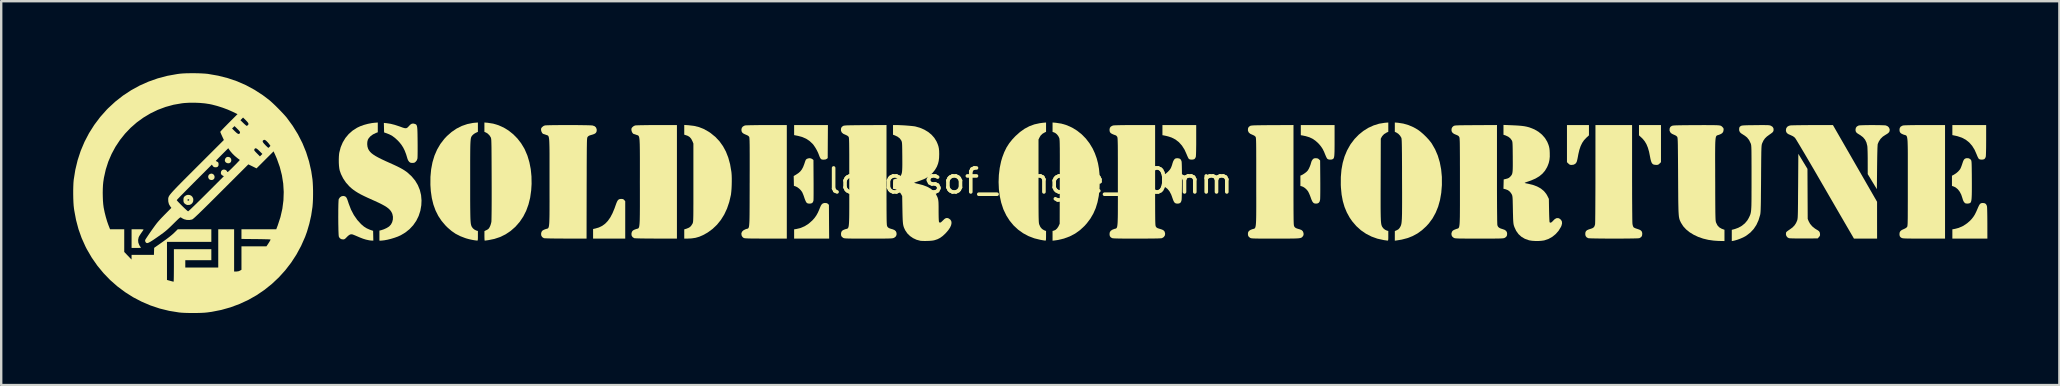
<source format=kicad_pcb>
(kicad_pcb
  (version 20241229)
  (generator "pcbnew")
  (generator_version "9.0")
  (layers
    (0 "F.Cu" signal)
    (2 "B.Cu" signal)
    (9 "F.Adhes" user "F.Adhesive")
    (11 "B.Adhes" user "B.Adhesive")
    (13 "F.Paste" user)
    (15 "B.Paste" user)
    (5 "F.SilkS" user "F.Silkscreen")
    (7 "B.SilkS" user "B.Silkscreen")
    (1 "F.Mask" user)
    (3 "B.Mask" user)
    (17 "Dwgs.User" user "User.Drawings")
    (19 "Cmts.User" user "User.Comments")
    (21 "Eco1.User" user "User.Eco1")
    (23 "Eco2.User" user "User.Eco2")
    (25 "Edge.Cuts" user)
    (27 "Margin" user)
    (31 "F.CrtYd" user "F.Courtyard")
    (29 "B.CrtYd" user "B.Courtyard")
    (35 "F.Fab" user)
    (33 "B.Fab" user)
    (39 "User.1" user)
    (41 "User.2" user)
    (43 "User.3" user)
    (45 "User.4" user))
  (footprint "logo_sof_single_10mm"
    (layer "F.Cu")
    (at 39.872 4.992)
    (property "Reference" "logo_sof_single_10mm" (at 0 -0.5 0) (unlocked yes) (layer "F.SilkS") (effects (font (size 1 1) (thickness 0.15))))
    (fp_poly (pts (xy -34.082 -0.805) (xy -34.03 -0.778) (xy -33.995 -0.731) (xy -33.98 -0.673) (xy -33.99 -0.616) (xy -34.015 -0.577) (xy -34.066 -0.547) (xy -34.127 -0.542) (xy -34.184 -0.559) (xy -34.218 -0.587) (xy -34.246 -0.646) (xy -34.247 -0.705) (xy -34.223 -0.756) (xy -34.179 -0.793) (xy -34.121 -0.809)) (stroke (width 0) (type solid)) (fill yes) (layer "F.SilkS"))
    (fp_poly (pts (xy -33.365 -1.495) (xy -33.331 -1.474) (xy -33.296 -1.427) (xy -33.284 -1.368) (xy -33.296 -1.308) (xy -33.32 -1.272) (xy -33.371 -1.242) (xy -33.432 -1.239) (xy -33.492 -1.261) (xy -33.518 -1.281) (xy -33.547 -1.319) (xy -33.555 -1.358) (xy -33.552 -1.387) (xy -33.527 -1.452) (xy -33.483 -1.493) (xy -33.426 -1.508)) (stroke (width 0) (type solid)) (fill yes) (layer "F.SilkS"))
    (fp_poly (pts (xy 23.279 -2.403) (xy 23.169 -2.302) (xy 23.075 -2.203) (xy 22.997 -2.088) (xy 22.932 -1.954) (xy 22.879 -1.796) (xy 22.836 -1.612) (xy 22.823 -1.539) (xy 22.807 -1.455) (xy 22.79 -1.378) (xy 22.774 -1.317) (xy 22.762 -1.284) (xy 22.715 -1.221) (xy 22.645 -1.182) (xy 22.558 -1.17) (xy 22.503 -1.174) (xy 22.463 -1.191) (xy 22.421 -1.228) (xy 22.363 -1.285) (xy 22.363 -2.832) (xy 23.279 -2.832)) (stroke (width 0) (type solid)) (fill yes) (layer "F.SilkS"))
    (fp_poly (pts (xy -8.486 0.42) (xy -8.444 0.438) (xy -8.425 0.454) (xy -8.386 0.493) (xy -8.382 1.196) (xy -8.377 1.899) (xy -9.836 1.899) (xy -9.836 1.513) (xy -9.757 1.501) (xy -9.57 1.457) (xy -9.396 1.383) (xy -9.232 1.278) (xy -9.081 1.146) (xy -8.99 1.045) (xy -8.914 0.939) (xy -8.846 0.817) (xy -8.783 0.673) (xy -8.761 0.617) (xy -8.723 0.528) (xy -8.683 0.468) (xy -8.638 0.433) (xy -8.581 0.417) (xy -8.547 0.415)) (stroke (width 0) (type solid)) (fill yes) (layer "F.SilkS"))
    (fp_poly (pts (xy 26.28 -1.285) (xy 26.222 -1.228) (xy 26.181 -1.191) (xy 26.142 -1.175) (xy 26.089 -1.171) (xy 26.082 -1.171) (xy 26.025 -1.176) (xy 25.976 -1.186) (xy 25.962 -1.191) (xy 25.924 -1.218) (xy 25.893 -1.261) (xy 25.867 -1.326) (xy 25.843 -1.417) (xy 25.822 -1.526) (xy 25.783 -1.721) (xy 25.735 -1.887) (xy 25.677 -2.029) (xy 25.606 -2.15) (xy 25.521 -2.256) (xy 25.47 -2.306) (xy 25.364 -2.403) (xy 25.364 -2.832) (xy 26.28 -2.832)) (stroke (width 0) (type solid)) (fill yes) (layer "F.SilkS"))
    (fp_poly (pts (xy -16.985 0.249) (xy -16.948 0.262) (xy -16.917 0.289) (xy -16.914 0.293) (xy -16.873 0.341) (xy -16.873 1.899) (xy -18.212 1.899) (xy -18.212 1.499) (xy -18.123 1.48) (xy -17.97 1.435) (xy -17.832 1.368) (xy -17.708 1.277) (xy -17.596 1.16) (xy -17.495 1.016) (xy -17.403 0.842) (xy -17.318 0.638) (xy -17.282 0.535) (xy -17.244 0.43) (xy -17.211 0.353) (xy -17.179 0.3) (xy -17.143 0.268) (xy -17.101 0.251) (xy -17.049 0.246) (xy -17.041 0.246)) (stroke (width 0) (type solid)) (fill yes) (layer "F.SilkS"))
    (fp_poly (pts (xy -8.433 -2.143) (xy -8.437 -1.455) (xy -8.477 -1.423) (xy -8.524 -1.399) (xy -8.593 -1.391) (xy -8.608 -1.39) (xy -8.664 -1.393) (xy -8.7 -1.404) (xy -8.726 -1.427) (xy -8.732 -1.434) (xy -8.757 -1.475) (xy -8.783 -1.533) (xy -8.794 -1.565) (xy -8.836 -1.673) (xy -8.893 -1.789) (xy -8.958 -1.901) (xy -9.025 -1.999) (xy -9.065 -2.048) (xy -9.192 -2.167) (xy -9.333 -2.261) (xy -9.494 -2.332) (xy -9.679 -2.382) (xy -9.69 -2.384) (xy -9.836 -2.413) (xy -9.836 -2.832) (xy -8.428 -2.832)) (stroke (width 0) (type solid)) (fill yes) (layer "F.SilkS"))
    (fp_poly (pts (xy -37.084 1.51) (xy -37.013 1.512) (xy -36.968 1.515) (xy -36.946 1.521) (xy -36.942 1.529) (xy -36.943 1.53) (xy -36.958 1.553) (xy -36.988 1.596) (xy -37.026 1.65) (xy -37.04 1.67) (xy -37.082 1.733) (xy -37.119 1.793) (xy -37.143 1.84) (xy -37.146 1.848) (xy -37.168 1.956) (xy -37.159 2.066) (xy -37.119 2.17) (xy -37.091 2.216) (xy -37.065 2.252) (xy -37.051 2.276) (xy -37.05 2.279) (xy -37.066 2.283) (xy -37.109 2.286) (xy -37.173 2.288) (xy -37.245 2.289) (xy -37.44 2.289) (xy -37.44 1.509) (xy -37.185 1.509)) (stroke (width 0) (type solid)) (fill yes) (layer "F.SilkS"))
    (fp_poly (pts (xy 39.828 -2.2) (xy 39.827 -2.031) (xy 39.826 -1.88) (xy 39.823 -1.75) (xy 39.82 -1.645) (xy 39.817 -1.566) (xy 39.812 -1.517) (xy 39.81 -1.505) (xy 39.789 -1.457) (xy 39.76 -1.42) (xy 39.756 -1.416) (xy 39.706 -1.397) (xy 39.643 -1.391) (xy 39.58 -1.397) (xy 39.531 -1.416) (xy 39.526 -1.42) (xy 39.505 -1.449) (xy 39.477 -1.5) (xy 39.448 -1.567) (xy 39.433 -1.605) (xy 39.347 -1.801) (xy 39.244 -1.967) (xy 39.122 -2.106) (xy 38.98 -2.219) (xy 38.817 -2.306) (xy 38.631 -2.368) (xy 38.552 -2.386) (xy 38.42 -2.413) (xy 38.42 -2.832) (xy 39.828 -2.832)) (stroke (width 0) (type solid)) (fill yes) (layer "F.SilkS"))
    (fp_poly (pts (xy 39.767 0.426) (xy 39.818 0.458) (xy 39.851 0.517) (xy 39.863 0.562) (xy 39.866 0.596) (xy 39.869 0.659) (xy 39.872 0.747) (xy 39.874 0.857) (xy 39.876 0.983) (xy 39.877 1.121) (xy 39.878 1.267) (xy 39.879 1.899) (xy 38.42 1.899) (xy 38.42 1.512) (xy 38.492 1.5) (xy 38.685 1.452) (xy 38.865 1.373) (xy 39.033 1.262) (xy 39.145 1.165) (xy 39.226 1.081) (xy 39.294 0.994) (xy 39.355 0.898) (xy 39.413 0.782) (xy 39.458 0.68) (xy 39.5 0.582) (xy 39.534 0.512) (xy 39.565 0.464) (xy 39.596 0.435) (xy 39.632 0.421) (xy 39.675 0.416) (xy 39.692 0.415)) (stroke (width 0) (type solid)) (fill yes) (layer "F.SilkS"))
    (fp_poly (pts (xy 6.916 -2.2) (xy 6.916 -2.031) (xy 6.914 -1.88) (xy 6.912 -1.75) (xy 6.909 -1.645) (xy 6.905 -1.566) (xy 6.901 -1.517) (xy 6.899 -1.505) (xy 6.877 -1.457) (xy 6.848 -1.42) (xy 6.844 -1.416) (xy 6.796 -1.398) (xy 6.733 -1.391) (xy 6.668 -1.396) (xy 6.62 -1.414) (xy 6.617 -1.415) (xy 6.595 -1.442) (xy 6.567 -1.496) (xy 6.535 -1.568) (xy 6.517 -1.613) (xy 6.429 -1.808) (xy 6.322 -1.976) (xy 6.196 -2.117) (xy 6.052 -2.229) (xy 5.89 -2.312) (xy 5.763 -2.354) (xy 5.691 -2.373) (xy 5.624 -2.388) (xy 5.574 -2.398) (xy 5.573 -2.399) (xy 5.509 -2.409) (xy 5.509 -2.832) (xy 6.916 -2.832)) (stroke (width 0) (type solid)) (fill yes) (layer "F.SilkS"))
    (fp_poly (pts (xy 12.681 -2.187) (xy 12.681 -2.009) (xy 12.68 -1.862) (xy 12.679 -1.743) (xy 12.675 -1.648) (xy 12.671 -1.574) (xy 12.664 -1.519) (xy 12.655 -1.478) (xy 12.644 -1.45) (xy 12.629 -1.43) (xy 12.611 -1.416) (xy 12.599 -1.409) (xy 12.545 -1.393) (xy 12.481 -1.391) (xy 12.42 -1.402) (xy 12.381 -1.423) (xy 12.358 -1.455) (xy 12.33 -1.508) (xy 12.303 -1.572) (xy 12.299 -1.58) (xy 12.242 -1.721) (xy 12.183 -1.838) (xy 12.116 -1.939) (xy 12.038 -2.034) (xy 11.995 -2.079) (xy 11.881 -2.181) (xy 11.762 -2.262) (xy 11.632 -2.323) (xy 11.481 -2.369) (xy 11.338 -2.399) (xy 11.274 -2.409) (xy 11.274 -2.832) (xy 12.681 -2.832)) (stroke (width 0) (type solid)) (fill yes) (layer "F.SilkS"))
    (fp_poly (pts (xy -35.027 0.08) (xy -34.96 0.108) (xy -34.907 0.158) (xy -34.874 0.227) (xy -34.868 0.259) (xy -34.873 0.344) (xy -34.905 0.415) (xy -34.959 0.467) (xy -35.03 0.496) (xy -35.112 0.498) (xy -35.144 0.491) (xy -35.192 0.467) (xy -35.237 0.432) (xy -35.237 0.431) (xy -35.262 0.398) (xy -35.275 0.359) (xy -35.279 0.301) (xy -35.279 0.294) (xy -35.113 0.294) (xy -35.109 0.305) (xy -35.085 0.319) (xy -35.054 0.312) (xy -35.037 0.292) (xy -35.043 0.271) (xy -35.068 0.258) (xy -35.096 0.262) (xy -35.104 0.268) (xy -35.113 0.294) (xy -35.279 0.294) (xy -35.279 0.288) (xy -35.276 0.226) (xy -35.265 0.184) (xy -35.242 0.151) (xy -35.238 0.146) (xy -35.172 0.097) (xy -35.1 0.076)) (stroke (width 0) (type solid)) (fill yes) (layer "F.SilkS"))
    (fp_poly (pts (xy -9.131 -1.442) (xy -9.07 -1.408) (xy -9.031 -1.376) (xy -9.026 -0.557) (xy -9.025 -0.391) (xy -9.025 -0.235) (xy -9.025 -0.091) (xy -9.025 0.038) (xy -9.026 0.146) (xy -9.027 0.232) (xy -9.029 0.29) (xy -9.031 0.319) (xy -9.031 0.319) (xy -9.054 0.383) (xy -9.096 0.423) (xy -9.162 0.44) (xy -9.193 0.441) (xy -9.253 0.437) (xy -9.294 0.421) (xy -9.317 0.402) (xy -9.341 0.367) (xy -9.369 0.308) (xy -9.398 0.233) (xy -9.411 0.194) (xy -9.438 0.114) (xy -9.468 0.039) (xy -9.494 -0.022) (xy -9.506 -0.045) (xy -9.56 -0.118) (xy -9.63 -0.187) (xy -9.706 -0.243) (xy -9.774 -0.276) (xy -9.845 -0.299) (xy -9.849 -0.504) (xy -9.854 -0.709) (xy -9.765 -0.76) (xy -9.664 -0.826) (xy -9.582 -0.897) (xy -9.516 -0.981) (xy -9.461 -1.083) (xy -9.412 -1.211) (xy -9.392 -1.272) (xy -9.37 -1.337) (xy -9.352 -1.379) (xy -9.33 -1.405) (xy -9.3 -1.425) (xy -9.289 -1.43) (xy -9.209 -1.452)) (stroke (width 0) (type solid)) (fill yes) (layer "F.SilkS"))
    (fp_poly (pts (xy 11.958 -1.446) (xy 11.998 -1.431) (xy 12.032 -1.403) (xy 12.079 -1.356) (xy 12.085 -0.589) (xy 12.086 -0.427) (xy 12.086 -0.273) (xy 12.086 -0.13) (xy 12.085 -0.003) (xy 12.084 0.105) (xy 12.082 0.19) (xy 12.08 0.247) (xy 12.079 0.269) (xy 12.06 0.351) (xy 12.024 0.405) (xy 11.969 0.434) (xy 11.909 0.441) (xy 11.852 0.436) (xy 11.81 0.417) (xy 11.785 0.394) (xy 11.75 0.345) (xy 11.714 0.264) (xy 11.685 0.182) (xy 11.654 0.099) (xy 11.619 0.016) (xy 11.585 -0.052) (xy 11.57 -0.076) (xy 11.513 -0.147) (xy 11.443 -0.21) (xy 11.369 -0.258) (xy 11.304 -0.283) (xy 11.257 -0.292) (xy 11.257 -0.725) (xy 11.31 -0.747) (xy 11.351 -0.768) (xy 11.406 -0.803) (xy 11.461 -0.841) (xy 11.521 -0.891) (xy 11.567 -0.943) (xy 11.608 -1.012) (xy 11.618 -1.033) (xy 11.651 -1.106) (xy 11.68 -1.183) (xy 11.698 -1.247) (xy 11.698 -1.247) (xy 11.726 -1.334) (xy 11.766 -1.396) (xy 11.8 -1.429) (xy 11.835 -1.445) (xy 11.885 -1.45) (xy 11.9 -1.45)) (stroke (width 0) (type solid)) (fill yes) (layer "F.SilkS"))
    (fp_poly (pts (xy 34.364 -1.233) (xy 35.283 0.365) (xy 35.283 1.132) (xy 35.284 1.899) (xy 34.32 1.899) (xy 34.017 1.378) (xy 33.965 1.289) (xy 33.898 1.173) (xy 33.817 1.034) (xy 33.724 0.874) (xy 33.621 0.696) (xy 33.509 0.503) (xy 33.391 0.299) (xy 33.266 0.084) (xy 33.139 -0.136) (xy 33.009 -0.36) (xy 32.879 -0.585) (xy 32.816 -0.693) (xy 32.693 -0.906) (xy 32.573 -1.111) (xy 32.459 -1.306) (xy 32.351 -1.49) (xy 32.251 -1.66) (xy 32.159 -1.815) (xy 32.077 -1.953) (xy 32.006 -2.071) (xy 31.948 -2.167) (xy 31.903 -2.24) (xy 31.872 -2.287) (xy 31.858 -2.306) (xy 31.782 -2.365) (xy 31.676 -2.415) (xy 31.589 -2.453) (xy 31.532 -2.494) (xy 31.499 -2.542) (xy 31.486 -2.601) (xy 31.485 -2.622) (xy 31.5 -2.701) (xy 31.542 -2.761) (xy 31.61 -2.801) (xy 31.673 -2.816) (xy 31.709 -2.819) (xy 31.774 -2.821) (xy 31.866 -2.823) (xy 31.98 -2.826) (xy 32.114 -2.827) (xy 32.263 -2.829) (xy 32.423 -2.83) (xy 32.592 -2.83) (xy 32.605 -2.83) (xy 33.444 -2.831)) (stroke (width 0) (type solid)) (fill yes) (layer "F.SilkS"))
    (fp_poly (pts (xy 6.21 -1.44) (xy 6.263 -1.407) (xy 6.296 -1.348) (xy 6.307 -1.312) (xy 6.311 -1.277) (xy 6.314 -1.213) (xy 6.317 -1.123) (xy 6.319 -1.013) (xy 6.321 -0.886) (xy 6.322 -0.748) (xy 6.322 -0.602) (xy 6.322 -0.454) (xy 6.322 -0.306) (xy 6.32 -0.165) (xy 6.319 -0.034) (xy 6.316 0.082) (xy 6.313 0.179) (xy 6.31 0.252) (xy 6.306 0.297) (xy 6.304 0.304) (xy 6.281 0.375) (xy 6.243 0.418) (xy 6.184 0.438) (xy 6.135 0.441) (xy 6.076 0.436) (xy 6.034 0.416) (xy 6.014 0.399) (xy 5.986 0.358) (xy 5.957 0.296) (xy 5.935 0.233) (xy 5.875 0.066) (xy 5.804 -0.069) (xy 5.722 -0.171) (xy 5.629 -0.242) (xy 5.573 -0.268) (xy 5.492 -0.296) (xy 5.492 -0.722) (xy 5.569 -0.76) (xy 5.651 -0.81) (xy 5.733 -0.88) (xy 5.805 -0.957) (xy 5.856 -1.033) (xy 5.858 -1.036) (xy 5.883 -1.096) (xy 5.91 -1.171) (xy 5.926 -1.23) (xy 5.955 -1.316) (xy 5.99 -1.382) (xy 6.002 -1.397) (xy 6.036 -1.43) (xy 6.071 -1.445) (xy 6.122 -1.45) (xy 6.134 -1.45)) (stroke (width 0) (type solid)) (fill yes) (layer "F.SilkS"))
    (fp_poly (pts (xy 39.153 -1.422) (xy 39.191 -1.384) (xy 39.199 -1.372) (xy 39.206 -1.357) (xy 39.212 -1.338) (xy 39.216 -1.309) (xy 39.22 -1.27) (xy 39.223 -1.215) (xy 39.225 -1.143) (xy 39.227 -1.05) (xy 39.228 -0.933) (xy 39.23 -0.788) (xy 39.231 -0.613) (xy 39.231 -0.59) (xy 39.232 -0.383) (xy 39.232 -0.207) (xy 39.231 -0.06) (xy 39.229 0.062) (xy 39.225 0.16) (xy 39.22 0.238) (xy 39.213 0.298) (xy 39.203 0.343) (xy 39.192 0.376) (xy 39.178 0.398) (xy 39.165 0.411) (xy 39.122 0.431) (xy 39.063 0.44) (xy 39.001 0.438) (xy 38.953 0.425) (xy 38.945 0.419) (xy 38.9 0.37) (xy 38.863 0.294) (xy 38.836 0.205) (xy 38.789 0.065) (xy 38.725 -0.057) (xy 38.647 -0.157) (xy 38.558 -0.231) (xy 38.484 -0.268) (xy 38.403 -0.296) (xy 38.403 -0.721) (xy 38.481 -0.762) (xy 38.572 -0.82) (xy 38.657 -0.892) (xy 38.725 -0.969) (xy 38.75 -1.006) (xy 38.774 -1.056) (xy 38.801 -1.125) (xy 38.828 -1.202) (xy 38.836 -1.227) (xy 38.866 -1.316) (xy 38.895 -1.378) (xy 38.927 -1.417) (xy 38.966 -1.44) (xy 39.004 -1.451) (xy 39.085 -1.451)) (stroke (width 0) (type solid)) (fill yes) (layer "F.SilkS"))
    (fp_poly (pts (xy 32.193 -1.32) (xy 32.383 -1.007) (xy 32.393 1.077) (xy 32.432 1.173) (xy 32.493 1.285) (xy 32.583 1.39) (xy 32.694 1.48) (xy 32.739 1.509) (xy 32.81 1.551) (xy 32.856 1.585) (xy 32.883 1.618) (xy 32.898 1.655) (xy 32.905 1.702) (xy 32.907 1.753) (xy 32.895 1.791) (xy 32.863 1.832) (xy 32.862 1.833) (xy 32.811 1.891) (xy 32.237 1.894) (xy 32.096 1.894) (xy 31.965 1.893) (xy 31.848 1.892) (xy 31.75 1.89) (xy 31.674 1.887) (xy 31.625 1.883) (xy 31.609 1.881) (xy 31.547 1.846) (xy 31.504 1.79) (xy 31.485 1.721) (xy 31.492 1.647) (xy 31.497 1.636) (xy 31.515 1.614) (xy 31.555 1.581) (xy 31.611 1.541) (xy 31.649 1.516) (xy 31.76 1.435) (xy 31.843 1.349) (xy 31.907 1.252) (xy 31.947 1.161) (xy 31.954 1.143) (xy 31.96 1.124) (xy 31.965 1.103) (xy 31.969 1.078) (xy 31.973 1.045) (xy 31.977 1.004) (xy 31.979 0.95) (xy 31.982 0.883) (xy 31.984 0.799) (xy 31.986 0.697) (xy 31.987 0.574) (xy 31.989 0.427) (xy 31.99 0.254) (xy 31.991 0.053) (xy 31.993 -0.178) (xy 31.994 -0.287) (xy 32.003 -1.633)) (stroke (width 0) (type solid)) (fill yes) (layer "F.SilkS"))
    (fp_poly (pts (xy 35.195 -2.83) (xy 35.316 -2.829) (xy 35.426 -2.827) (xy 35.52 -2.824) (xy 35.594 -2.821) (xy 35.64 -2.817) (xy 35.648 -2.815) (xy 35.721 -2.784) (xy 35.775 -2.732) (xy 35.805 -2.667) (xy 35.809 -2.632) (xy 35.803 -2.577) (xy 35.781 -2.532) (xy 35.739 -2.49) (xy 35.67 -2.445) (xy 35.644 -2.43) (xy 35.522 -2.35) (xy 35.428 -2.257) (xy 35.356 -2.147) (xy 35.312 -2.044) (xy 35.307 -2.014) (xy 35.303 -1.95) (xy 35.298 -1.855) (xy 35.295 -1.73) (xy 35.291 -1.574) (xy 35.288 -1.389) (xy 35.285 -1.176) (xy 35.284 -1.077) (xy 35.275 -0.161) (xy 35.084 -0.474) (xy 34.894 -0.788) (xy 34.893 -1.322) (xy 34.893 -1.459) (xy 34.891 -1.591) (xy 34.889 -1.711) (xy 34.885 -1.815) (xy 34.882 -1.898) (xy 34.877 -1.954) (xy 34.875 -1.967) (xy 34.84 -2.106) (xy 34.782 -2.224) (xy 34.698 -2.324) (xy 34.584 -2.411) (xy 34.542 -2.436) (xy 34.468 -2.482) (xy 34.42 -2.523) (xy 34.395 -2.567) (xy 34.385 -2.621) (xy 34.385 -2.639) (xy 34.399 -2.716) (xy 34.442 -2.773) (xy 34.51 -2.81) (xy 34.529 -2.815) (xy 34.567 -2.82) (xy 34.633 -2.823) (xy 34.721 -2.826) (xy 34.828 -2.829) (xy 34.946 -2.83) (xy 35.07 -2.83)) (stroke (width 0) (type solid)) (fill yes) (layer "F.SilkS"))
    (fp_poly (pts (xy -26.808 -2.909) (xy -26.649 -2.884) (xy -26.474 -2.84) (xy -26.278 -2.775) (xy -26.247 -2.764) (xy -26.15 -2.728) (xy -26.078 -2.706) (xy -26.025 -2.699) (xy -25.983 -2.705) (xy -25.947 -2.726) (xy -25.909 -2.762) (xy -25.887 -2.788) (xy -25.824 -2.852) (xy -25.766 -2.887) (xy -25.707 -2.895) (xy -25.647 -2.882) (xy -25.619 -2.872) (xy -25.595 -2.86) (xy -25.576 -2.843) (xy -25.561 -2.817) (xy -25.549 -2.78) (xy -25.54 -2.728) (xy -25.534 -2.658) (xy -25.53 -2.567) (xy -25.527 -2.452) (xy -25.525 -2.309) (xy -25.523 -2.137) (xy -25.522 -1.992) (xy -25.522 -1.855) (xy -25.522 -1.73) (xy -25.523 -1.622) (xy -25.525 -1.535) (xy -25.527 -1.473) (xy -25.529 -1.443) (xy -25.553 -1.368) (xy -25.597 -1.311) (xy -25.636 -1.276) (xy -25.673 -1.26) (xy -25.725 -1.255) (xy -25.74 -1.255) (xy -25.799 -1.258) (xy -25.838 -1.272) (xy -25.874 -1.301) (xy -25.876 -1.303) (xy -25.912 -1.351) (xy -25.94 -1.41) (xy -25.945 -1.426) (xy -25.999 -1.606) (xy -26.057 -1.759) (xy -26.122 -1.892) (xy -26.198 -2.011) (xy -26.289 -2.123) (xy -26.351 -2.189) (xy -26.466 -2.295) (xy -26.577 -2.377) (xy -26.694 -2.441) (xy -26.807 -2.486) (xy -26.919 -2.525) (xy -26.924 -2.723) (xy -26.929 -2.921)) (stroke (width 0) (type solid)) (fill yes) (layer "F.SilkS"))
    (fp_poly (pts (xy -28.554 0.136) (xy -28.527 0.151) (xy -28.503 0.172) (xy -28.481 0.205) (xy -28.458 0.254) (xy -28.432 0.326) (xy -28.399 0.425) (xy -28.395 0.438) (xy -28.298 0.691) (xy -28.178 0.919) (xy -28.037 1.122) (xy -27.876 1.298) (xy -27.759 1.398) (xy -27.641 1.472) (xy -27.512 1.529) (xy -27.487 1.538) (xy -27.377 1.575) (xy -27.368 1.984) (xy -27.423 1.982) (xy -27.476 1.978) (xy -27.539 1.97) (xy -27.558 1.966) (xy -27.674 1.941) (xy -27.797 1.903) (xy -27.936 1.849) (xy -28.017 1.814) (xy -28.094 1.781) (xy -28.164 1.752) (xy -28.218 1.731) (xy -28.248 1.722) (xy -28.303 1.719) (xy -28.359 1.74) (xy -28.422 1.785) (xy -28.477 1.84) (xy -28.525 1.889) (xy -28.561 1.917) (xy -28.592 1.93) (xy -28.63 1.933) (xy -28.633 1.933) (xy -28.711 1.919) (xy -28.769 1.877) (xy -28.803 1.821) (xy -28.809 1.791) (xy -28.814 1.731) (xy -28.818 1.647) (xy -28.822 1.542) (xy -28.824 1.421) (xy -28.827 1.287) (xy -28.828 1.147) (xy -28.829 1.002) (xy -28.828 0.859) (xy -28.828 0.721) (xy -28.826 0.593) (xy -28.824 0.479) (xy -28.82 0.383) (xy -28.816 0.309) (xy -28.811 0.263) (xy -28.808 0.249) (xy -28.757 0.178) (xy -28.692 0.135) (xy -28.62 0.122)) (stroke (width 0) (type solid)) (fill yes) (layer "F.SilkS"))
    (fp_poly (pts (xy 1.066 -2.927) (xy 1.301 -2.891) (xy 1.529 -2.823) (xy 1.746 -2.725) (xy 1.952 -2.599) (xy 2.142 -2.448) (xy 2.316 -2.272) (xy 2.469 -2.074) (xy 2.601 -1.856) (xy 2.692 -1.66) (xy 2.768 -1.451) (xy 2.825 -1.237) (xy 2.865 -1.013) (xy 2.889 -0.771) (xy 2.897 -0.505) (xy 2.897 -0.48) (xy 2.888 -0.168) (xy 2.857 0.12) (xy 2.804 0.384) (xy 2.729 0.629) (xy 2.63 0.855) (xy 2.507 1.066) (xy 2.359 1.263) (xy 2.263 1.371) (xy 2.075 1.545) (xy 1.869 1.692) (xy 1.644 1.809) (xy 1.403 1.898) (xy 1.145 1.958) (xy 1.028 1.975) (xy 0.931 1.986) (xy 0.931 1.58) (xy 0.983 1.568) (xy 1.051 1.538) (xy 1.116 1.48) (xy 1.171 1.401) (xy 1.187 1.369) (xy 1.228 1.28) (xy 1.232 -0.465) (xy 1.233 -0.749) (xy 1.233 -1.001) (xy 1.234 -1.223) (xy 1.234 -1.417) (xy 1.234 -1.585) (xy 1.233 -1.729) (xy 1.233 -1.851) (xy 1.231 -1.954) (xy 1.23 -2.038) (xy 1.228 -2.107) (xy 1.226 -2.162) (xy 1.223 -2.205) (xy 1.22 -2.237) (xy 1.217 -2.263) (xy 1.213 -2.282) (xy 1.209 -2.294) (xy 1.169 -2.375) (xy 1.11 -2.448) (xy 1.04 -2.503) (xy 0.992 -2.526) (xy 0.931 -2.546) (xy 0.931 -2.938)) (stroke (width 0) (type solid)) (fill yes) (layer "F.SilkS"))
    (fp_poly (pts (xy -14.232 -2.824) (xy -14.005 -2.797) (xy -13.797 -2.746) (xy -13.599 -2.667) (xy -13.406 -2.559) (xy -13.308 -2.493) (xy -13.114 -2.334) (xy -12.944 -2.153) (xy -12.799 -1.95) (xy -12.677 -1.724) (xy -12.579 -1.474) (xy -12.504 -1.201) (xy -12.453 -0.902) (xy -12.446 -0.848) (xy -12.438 -0.745) (xy -12.434 -0.619) (xy -12.434 -0.479) (xy -12.437 -0.334) (xy -12.443 -0.193) (xy -12.453 -0.064) (xy -12.465 0.044) (xy -12.471 0.083) (xy -12.54 0.377) (xy -12.632 0.648) (xy -12.748 0.896) (xy -12.888 1.121) (xy -13.05 1.321) (xy -13.235 1.497) (xy -13.442 1.648) (xy -13.626 1.751) (xy -13.785 1.82) (xy -13.943 1.866) (xy -14.111 1.891) (xy -14.283 1.899) (xy -14.414 1.899) (xy -14.414 1.514) (xy -14.311 1.483) (xy -14.21 1.44) (xy -14.133 1.375) (xy -14.074 1.284) (xy -14.068 1.272) (xy -14.062 1.259) (xy -14.057 1.245) (xy -14.053 1.228) (xy -14.049 1.206) (xy -14.045 1.177) (xy -14.042 1.139) (xy -14.04 1.09) (xy -14.038 1.027) (xy -14.036 0.949) (xy -14.035 0.854) (xy -14.034 0.739) (xy -14.034 0.602) (xy -14.033 0.441) (xy -14.033 0.255) (xy -14.033 0.04) (xy -14.033 -0.204) (xy -14.033 -0.432) (xy -14.033 -2.06) (xy -14.072 -2.158) (xy -14.125 -2.26) (xy -14.191 -2.334) (xy -14.275 -2.385) (xy -14.317 -2.4) (xy -14.414 -2.431) (xy -14.414 -2.836)) (stroke (width 0) (type solid)) (fill yes) (layer "F.SilkS"))
    (fp_poly (pts (xy 0.66 -2.549) (xy 0.613 -2.528) (xy 0.511 -2.469) (xy 0.435 -2.395) (xy 0.393 -2.325) (xy 0.346 -2.23) (xy 0.346 -0.509) (xy 0.346 -0.228) (xy 0.346 0.021) (xy 0.346 0.24) (xy 0.347 0.431) (xy 0.347 0.597) (xy 0.348 0.739) (xy 0.349 0.859) (xy 0.35 0.96) (xy 0.352 1.043) (xy 0.354 1.111) (xy 0.356 1.165) (xy 0.359 1.208) (xy 0.362 1.242) (xy 0.366 1.268) (xy 0.37 1.289) (xy 0.375 1.307) (xy 0.376 1.31) (xy 0.423 1.416) (xy 0.491 1.496) (xy 0.577 1.55) (xy 0.584 1.553) (xy 0.66 1.582) (xy 0.66 1.783) (xy 0.659 1.868) (xy 0.657 1.926) (xy 0.653 1.96) (xy 0.646 1.977) (xy 0.635 1.982) (xy 0.63 1.982) (xy 0.601 1.979) (xy 0.548 1.971) (xy 0.479 1.959) (xy 0.431 1.951) (xy 0.173 1.888) (xy -0.069 1.796) (xy -0.294 1.676) (xy -0.501 1.528) (xy -0.688 1.355) (xy -0.852 1.158) (xy -0.994 0.937) (xy -1.11 0.696) (xy -1.127 0.652) (xy -1.21 0.397) (xy -1.269 0.123) (xy -1.305 -0.164) (xy -1.317 -0.458) (xy -1.306 -0.752) (xy -1.271 -1.041) (xy -1.213 -1.318) (xy -1.163 -1.488) (xy -1.081 -1.704) (xy -0.987 -1.897) (xy -0.875 -2.072) (xy -0.74 -2.24) (xy -0.613 -2.374) (xy -0.425 -2.542) (xy -0.234 -2.678) (xy -0.036 -2.783) (xy 0.173 -2.86) (xy 0.397 -2.909) (xy 0.537 -2.927) (xy 0.66 -2.938)) (stroke (width 0) (type solid)) (fill yes) (layer "F.SilkS"))
    (fp_poly (pts (xy 14.919 -2.55) (xy 14.851 -2.52) (xy 14.746 -2.457) (xy 14.667 -2.373) (xy 14.643 -2.334) (xy 14.606 -2.264) (xy 14.601 -0.56) (xy 14.6 -0.271) (xy 14.599 -0.013) (xy 14.599 0.214) (xy 14.599 0.413) (xy 14.599 0.587) (xy 14.6 0.737) (xy 14.602 0.865) (xy 14.604 0.974) (xy 14.607 1.065) (xy 14.61 1.14) (xy 14.615 1.202) (xy 14.62 1.252) (xy 14.626 1.293) (xy 14.633 1.326) (xy 14.642 1.354) (xy 14.651 1.378) (xy 14.662 1.401) (xy 14.667 1.411) (xy 14.714 1.473) (xy 14.781 1.528) (xy 14.856 1.564) (xy 14.873 1.569) (xy 14.919 1.581) (xy 14.919 1.782) (xy 14.919 1.868) (xy 14.917 1.925) (xy 14.913 1.96) (xy 14.906 1.977) (xy 14.895 1.982) (xy 14.89 1.982) (xy 14.86 1.979) (xy 14.806 1.971) (xy 14.74 1.962) (xy 14.724 1.959) (xy 14.465 1.902) (xy 14.22 1.814) (xy 13.991 1.697) (xy 13.78 1.552) (xy 13.588 1.379) (xy 13.418 1.181) (xy 13.311 1.027) (xy 13.192 0.811) (xy 13.096 0.581) (xy 13.024 0.334) (xy 12.974 0.067) (xy 12.946 -0.223) (xy 12.94 -0.34) (xy 12.942 -0.668) (xy 12.968 -0.973) (xy 13.02 -1.257) (xy 13.097 -1.523) (xy 13.2 -1.771) (xy 13.329 -2.002) (xy 13.359 -2.048) (xy 13.514 -2.252) (xy 13.689 -2.432) (xy 13.882 -2.588) (xy 14.089 -2.717) (xy 14.308 -2.817) (xy 14.536 -2.888) (xy 14.771 -2.926) (xy 14.785 -2.927) (xy 14.919 -2.938)) (stroke (width 0) (type solid)) (fill yes) (layer "F.SilkS"))
    (fp_poly (pts (xy 25.076 -0.818) (xy 25.076 -0.517) (xy 25.077 -0.234) (xy 25.077 0.03) (xy 25.078 0.274) (xy 25.08 0.495) (xy 25.081 0.693) (xy 25.083 0.866) (xy 25.084 1.012) (xy 25.086 1.129) (xy 25.088 1.217) (xy 25.091 1.274) (xy 25.093 1.295) (xy 25.106 1.355) (xy 25.125 1.405) (xy 25.138 1.427) (xy 25.168 1.447) (xy 25.22 1.471) (xy 25.284 1.493) (xy 25.292 1.495) (xy 25.382 1.526) (xy 25.443 1.561) (xy 25.48 1.604) (xy 25.497 1.659) (xy 25.5 1.703) (xy 25.49 1.779) (xy 25.457 1.833) (xy 25.397 1.872) (xy 25.376 1.881) (xy 25.349 1.885) (xy 25.293 1.888) (xy 25.209 1.891) (xy 25.103 1.893) (xy 24.978 1.895) (xy 24.837 1.896) (xy 24.684 1.898) (xy 24.522 1.898) (xy 24.356 1.899) (xy 24.189 1.898) (xy 24.025 1.898) (xy 23.867 1.897) (xy 23.719 1.895) (xy 23.584 1.894) (xy 23.467 1.891) (xy 23.371 1.889) (xy 23.299 1.886) (xy 23.256 1.882) (xy 23.245 1.88) (xy 23.178 1.842) (xy 23.14 1.791) (xy 23.126 1.719) (xy 23.126 1.703) (xy 23.133 1.635) (xy 23.158 1.584) (xy 23.206 1.545) (xy 23.28 1.513) (xy 23.334 1.497) (xy 23.418 1.469) (xy 23.474 1.433) (xy 23.51 1.384) (xy 23.531 1.315) (xy 23.535 1.294) (xy 23.536 1.267) (xy 23.538 1.208) (xy 23.54 1.119) (xy 23.541 1.003) (xy 23.543 0.862) (xy 23.544 0.698) (xy 23.545 0.514) (xy 23.546 0.311) (xy 23.547 0.091) (xy 23.548 -0.143) (xy 23.549 -0.389) (xy 23.549 -0.644) (xy 23.549 -0.81) (xy 23.55 -2.832) (xy 25.076 -2.832)) (stroke (width 0) (type solid)) (fill yes) (layer "F.SilkS"))
    (fp_poly (pts (xy -22.606 -2.927) (xy -22.375 -2.891) (xy -22.15 -2.823) (xy -21.934 -2.726) (xy -21.729 -2.6) (xy -21.539 -2.448) (xy -21.365 -2.272) (xy -21.211 -2.074) (xy -21.079 -1.856) (xy -21.054 -1.806) (xy -20.947 -1.555) (xy -20.866 -1.283) (xy -20.809 -0.994) (xy -20.779 -0.692) (xy -20.774 -0.379) (xy -20.791 -0.109) (xy -20.834 0.196) (xy -20.904 0.478) (xy -20.999 0.739) (xy -21.12 0.979) (xy -21.267 1.198) (xy -21.44 1.396) (xy -21.453 1.41) (xy -21.648 1.581) (xy -21.858 1.721) (xy -22.083 1.832) (xy -22.324 1.912) (xy -22.553 1.959) (xy -22.624 1.97) (xy -22.682 1.978) (xy -22.718 1.983) (xy -22.727 1.984) (xy -22.732 1.968) (xy -22.736 1.925) (xy -22.738 1.861) (xy -22.739 1.785) (xy -22.738 1.585) (xy -22.65 1.543) (xy -22.594 1.512) (xy -22.556 1.477) (xy -22.524 1.425) (xy -22.515 1.407) (xy -22.485 1.337) (xy -22.461 1.254) (xy -22.45 1.204) (xy -22.447 1.167) (xy -22.445 1.096) (xy -22.443 0.994) (xy -22.441 0.861) (xy -22.439 0.699) (xy -22.438 0.507) (xy -22.437 0.288) (xy -22.437 0.042) (xy -22.437 -0.229) (xy -22.438 -0.525) (xy -22.438 -0.577) (xy -22.439 -0.852) (xy -22.44 -1.096) (xy -22.441 -1.311) (xy -22.442 -1.497) (xy -22.443 -1.658) (xy -22.444 -1.795) (xy -22.445 -1.91) (xy -22.447 -2.006) (xy -22.449 -2.085) (xy -22.451 -2.147) (xy -22.453 -2.197) (xy -22.456 -2.235) (xy -22.46 -2.263) (xy -22.464 -2.285) (xy -22.468 -2.301) (xy -22.473 -2.314) (xy -22.473 -2.314) (xy -22.531 -2.406) (xy -22.609 -2.481) (xy -22.673 -2.519) (xy -22.74 -2.549) (xy -22.74 -2.938)) (stroke (width 0) (type solid)) (fill yes) (layer "F.SilkS"))
    (fp_poly (pts (xy 15.325 -2.927) (xy 15.545 -2.893) (xy 15.765 -2.829) (xy 15.977 -2.737) (xy 16.142 -2.642) (xy 16.257 -2.558) (xy 16.378 -2.454) (xy 16.498 -2.338) (xy 16.608 -2.219) (xy 16.7 -2.105) (xy 16.731 -2.06) (xy 16.869 -1.821) (xy 16.98 -1.562) (xy 17.064 -1.283) (xy 17.121 -0.987) (xy 17.151 -0.674) (xy 17.152 -0.345) (xy 17.152 -0.331) (xy 17.126 -0.009) (xy 17.074 0.29) (xy 16.997 0.566) (xy 16.893 0.821) (xy 16.765 1.054) (xy 16.61 1.265) (xy 16.501 1.385) (xy 16.322 1.549) (xy 16.134 1.685) (xy 15.933 1.794) (xy 15.715 1.879) (xy 15.477 1.941) (xy 15.271 1.975) (xy 15.191 1.986) (xy 15.191 1.786) (xy 15.192 1.585) (xy 15.274 1.549) (xy 15.34 1.512) (xy 15.387 1.46) (xy 15.401 1.437) (xy 15.417 1.41) (xy 15.43 1.385) (xy 15.442 1.359) (xy 15.452 1.33) (xy 15.461 1.295) (xy 15.469 1.253) (xy 15.475 1.202) (xy 15.48 1.139) (xy 15.485 1.063) (xy 15.488 0.972) (xy 15.491 0.863) (xy 15.492 0.734) (xy 15.493 0.584) (xy 15.494 0.41) (xy 15.494 0.211) (xy 15.494 -0.017) (xy 15.493 -0.274) (xy 15.492 -0.563) (xy 15.492 -0.565) (xy 15.491 -0.843) (xy 15.491 -1.09) (xy 15.49 -1.307) (xy 15.489 -1.495) (xy 15.488 -1.658) (xy 15.486 -1.797) (xy 15.485 -1.914) (xy 15.483 -2.011) (xy 15.481 -2.091) (xy 15.479 -2.154) (xy 15.476 -2.204) (xy 15.473 -2.241) (xy 15.47 -2.269) (xy 15.466 -2.289) (xy 15.462 -2.303) (xy 15.46 -2.307) (xy 15.407 -2.393) (xy 15.337 -2.467) (xy 15.26 -2.517) (xy 15.259 -2.518) (xy 15.191 -2.549) (xy 15.191 -2.938)) (stroke (width 0) (type solid)) (fill yes) (layer "F.SilkS"))
    (fp_poly (pts (xy -10.141 1.899) (xy -11.01 1.898) (xy -11.211 1.898) (xy -11.381 1.897) (xy -11.522 1.897) (xy -11.637 1.895) (xy -11.729 1.893) (xy -11.801 1.89) (xy -11.855 1.887) (xy -11.893 1.883) (xy -11.92 1.878) (xy -11.935 1.874) (xy -11.988 1.833) (xy -12.023 1.772) (xy -12.034 1.7) (xy -12.031 1.669) (xy -12.001 1.604) (xy -11.941 1.549) (xy -11.852 1.506) (xy -11.84 1.501) (xy -11.817 1.495) (xy -11.796 1.491) (xy -11.778 1.486) (xy -11.763 1.48) (xy -11.749 1.47) (xy -11.737 1.455) (xy -11.727 1.432) (xy -11.718 1.4) (xy -11.711 1.356) (xy -11.706 1.3) (xy -11.701 1.229) (xy -11.697 1.141) (xy -11.695 1.034) (xy -11.693 0.907) (xy -11.692 0.758) (xy -11.691 0.584) (xy -11.69 0.384) (xy -11.69 0.157) (xy -11.689 -0.101) (xy -11.689 -0.39) (xy -11.688 -0.443) (xy -11.688 -0.737) (xy -11.687 -0.999) (xy -11.687 -1.231) (xy -11.687 -1.434) (xy -11.687 -1.611) (xy -11.688 -1.763) (xy -11.688 -1.893) (xy -11.689 -2.002) (xy -11.691 -2.091) (xy -11.692 -2.164) (xy -11.695 -2.221) (xy -11.697 -2.265) (xy -11.7 -2.297) (xy -11.703 -2.319) (xy -11.707 -2.334) (xy -11.709 -2.339) (xy -11.733 -2.37) (xy -11.775 -2.399) (xy -11.841 -2.428) (xy -11.854 -2.433) (xy -11.937 -2.471) (xy -11.991 -2.512) (xy -12.021 -2.561) (xy -12.032 -2.625) (xy -12.032 -2.64) (xy -12.017 -2.713) (xy -11.973 -2.77) (xy -11.903 -2.808) (xy -11.878 -2.815) (xy -11.848 -2.819) (xy -11.788 -2.821) (xy -11.701 -2.824) (xy -11.591 -2.826) (xy -11.461 -2.828) (xy -11.315 -2.83) (xy -11.157 -2.831) (xy -10.99 -2.831) (xy -10.976 -2.831) (xy -10.141 -2.832)) (stroke (width 0) (type solid)) (fill yes) (layer "F.SilkS"))
    (fp_poly (pts (xy 38.115 1.899) (xy 37.238 1.899) (xy 37.039 1.899) (xy 36.871 1.898) (xy 36.732 1.898) (xy 36.618 1.896) (xy 36.527 1.895) (xy 36.456 1.893) (xy 36.403 1.89) (xy 36.363 1.886) (xy 36.336 1.881) (xy 36.317 1.876) (xy 36.309 1.873) (xy 36.256 1.837) (xy 36.227 1.793) (xy 36.217 1.731) (xy 36.216 1.71) (xy 36.225 1.641) (xy 36.255 1.587) (xy 36.31 1.542) (xy 36.393 1.504) (xy 36.461 1.472) (xy 36.513 1.435) (xy 36.528 1.418) (xy 36.534 1.411) (xy 36.539 1.402) (xy 36.543 1.39) (xy 36.547 1.373) (xy 36.55 1.35) (xy 36.553 1.317) (xy 36.556 1.274) (xy 36.558 1.218) (xy 36.559 1.148) (xy 36.561 1.061) (xy 36.562 0.956) (xy 36.562 0.83) (xy 36.563 0.683) (xy 36.563 0.511) (xy 36.564 0.312) (xy 36.564 0.086) (xy 36.564 -0.17) (xy 36.564 -0.459) (xy 36.564 -0.466) (xy 36.564 -0.762) (xy 36.564 -1.025) (xy 36.564 -1.259) (xy 36.564 -1.464) (xy 36.564 -1.643) (xy 36.563 -1.797) (xy 36.561 -1.929) (xy 36.558 -2.039) (xy 36.555 -2.131) (xy 36.55 -2.206) (xy 36.543 -2.266) (xy 36.536 -2.312) (xy 36.526 -2.347) (xy 36.514 -2.373) (xy 36.501 -2.391) (xy 36.485 -2.403) (xy 36.466 -2.411) (xy 36.446 -2.417) (xy 36.422 -2.423) (xy 36.395 -2.431) (xy 36.386 -2.434) (xy 36.306 -2.469) (xy 36.255 -2.508) (xy 36.227 -2.556) (xy 36.217 -2.621) (xy 36.217 -2.633) (xy 36.228 -2.709) (xy 36.266 -2.765) (xy 36.332 -2.803) (xy 36.362 -2.813) (xy 36.398 -2.818) (xy 36.466 -2.822) (xy 36.567 -2.825) (xy 36.7 -2.828) (xy 36.864 -2.83) (xy 37.058 -2.831) (xy 37.272 -2.832) (xy 38.115 -2.832)) (stroke (width 0) (type solid)) (fill yes) (layer "F.SilkS"))
    (fp_poly (pts (xy -14.719 1.899) (xy -15.588 1.898) (xy -15.788 1.897) (xy -15.967 1.896) (xy -16.124 1.894) (xy -16.256 1.892) (xy -16.362 1.889) (xy -16.44 1.886) (xy -16.487 1.883) (xy -16.5 1.88) (xy -16.566 1.838) (xy -16.605 1.778) (xy -16.615 1.703) (xy -16.602 1.639) (xy -16.581 1.594) (xy -16.548 1.559) (xy -16.495 1.53) (xy -16.418 1.501) (xy -16.394 1.494) (xy -16.372 1.489) (xy -16.353 1.484) (xy -16.337 1.477) (xy -16.322 1.465) (xy -16.31 1.448) (xy -16.299 1.424) (xy -16.29 1.389) (xy -16.283 1.344) (xy -16.277 1.285) (xy -16.272 1.211) (xy -16.268 1.12) (xy -16.266 1.01) (xy -16.264 0.88) (xy -16.263 0.727) (xy -16.262 0.549) (xy -16.262 0.345) (xy -16.262 0.113) (xy -16.262 -0.149) (xy -16.263 -0.444) (xy -16.263 -0.455) (xy -16.262 -0.751) (xy -16.262 -1.015) (xy -16.262 -1.249) (xy -16.262 -1.455) (xy -16.263 -1.634) (xy -16.264 -1.788) (xy -16.266 -1.92) (xy -16.268 -2.031) (xy -16.272 -2.124) (xy -16.276 -2.199) (xy -16.282 -2.259) (xy -16.289 -2.305) (xy -16.298 -2.341) (xy -16.308 -2.366) (xy -16.32 -2.384) (xy -16.333 -2.396) (xy -16.349 -2.405) (xy -16.367 -2.411) (xy -16.388 -2.417) (xy -16.409 -2.424) (xy -16.461 -2.443) (xy -16.5 -2.455) (xy -16.515 -2.459) (xy -16.544 -2.473) (xy -16.575 -2.511) (xy -16.6 -2.562) (xy -16.614 -2.616) (xy -16.614 -2.616) (xy -16.616 -2.669) (xy -16.604 -2.707) (xy -16.574 -2.745) (xy -16.513 -2.793) (xy -16.457 -2.815) (xy -16.427 -2.818) (xy -16.367 -2.821) (xy -16.279 -2.824) (xy -16.169 -2.826) (xy -16.039 -2.828) (xy -15.893 -2.83) (xy -15.735 -2.831) (xy -15.568 -2.831) (xy -15.555 -2.831) (xy -14.719 -2.832)) (stroke (width 0) (type solid)) (fill yes) (layer "F.SilkS"))
    (fp_poly (pts (xy -23.011 -2.549) (xy -23.097 -2.509) (xy -23.157 -2.475) (xy -23.211 -2.433) (xy -23.232 -2.413) (xy -23.248 -2.395) (xy -23.262 -2.377) (xy -23.275 -2.359) (xy -23.286 -2.338) (xy -23.296 -2.311) (xy -23.304 -2.278) (xy -23.311 -2.235) (xy -23.316 -2.181) (xy -23.321 -2.114) (xy -23.325 -2.032) (xy -23.328 -1.932) (xy -23.33 -1.813) (xy -23.331 -1.673) (xy -23.332 -1.509) (xy -23.333 -1.321) (xy -23.333 -1.104) (xy -23.333 -0.859) (xy -23.333 -0.582) (xy -23.333 -0.517) (xy -23.333 -0.231) (xy -23.333 0.023) (xy -23.333 0.247) (xy -23.332 0.444) (xy -23.331 0.615) (xy -23.329 0.762) (xy -23.327 0.888) (xy -23.325 0.994) (xy -23.322 1.083) (xy -23.318 1.156) (xy -23.313 1.216) (xy -23.308 1.265) (xy -23.301 1.304) (xy -23.293 1.336) (xy -23.285 1.363) (xy -23.275 1.387) (xy -23.264 1.41) (xy -23.263 1.411) (xy -23.217 1.473) (xy -23.149 1.528) (xy -23.074 1.564) (xy -23.058 1.569) (xy -23.011 1.581) (xy -23.011 1.782) (xy -23.011 1.868) (xy -23.013 1.925) (xy -23.017 1.96) (xy -23.025 1.977) (xy -23.036 1.982) (xy -23.041 1.982) (xy -23.07 1.979) (xy -23.124 1.972) (xy -23.191 1.962) (xy -23.219 1.957) (xy -23.301 1.941) (xy -23.399 1.918) (xy -23.499 1.89) (xy -23.549 1.873) (xy -23.752 1.795) (xy -23.935 1.701) (xy -24.103 1.586) (xy -24.267 1.446) (xy -24.356 1.358) (xy -24.522 1.164) (xy -24.662 0.954) (xy -24.776 0.726) (xy -24.866 0.478) (xy -24.931 0.21) (xy -24.973 -0.081) (xy -24.99 -0.339) (xy -24.988 -0.673) (xy -24.959 -0.987) (xy -24.903 -1.282) (xy -24.82 -1.557) (xy -24.71 -1.811) (xy -24.573 -2.045) (xy -24.409 -2.258) (xy -24.3 -2.374) (xy -24.106 -2.544) (xy -23.899 -2.685) (xy -23.68 -2.795) (xy -23.452 -2.873) (xy -23.216 -2.92) (xy -23.146 -2.927) (xy -23.011 -2.938)) (stroke (width 0) (type solid)) (fill yes) (layer "F.SilkS"))
    (fp_poly (pts (xy -27.182 -2.531) (xy -27.263 -2.501) (xy -27.383 -2.442) (xy -27.484 -2.369) (xy -27.56 -2.283) (xy -27.597 -2.218) (xy -27.618 -2.133) (xy -27.623 -2.034) (xy -27.612 -1.933) (xy -27.585 -1.845) (xy -27.583 -1.84) (xy -27.549 -1.778) (xy -27.504 -1.719) (xy -27.446 -1.661) (xy -27.371 -1.603) (xy -27.278 -1.543) (xy -27.163 -1.479) (xy -27.024 -1.409) (xy -26.858 -1.331) (xy -26.707 -1.263) (xy -26.531 -1.184) (xy -26.383 -1.115) (xy -26.258 -1.052) (xy -26.153 -0.994) (xy -26.063 -0.938) (xy -25.984 -0.883) (xy -25.946 -0.854) (xy -25.772 -0.694) (xy -25.627 -0.52) (xy -25.514 -0.331) (xy -25.431 -0.129) (xy -25.379 0.085) (xy -25.36 0.309) (xy -25.369 0.51) (xy -25.409 0.739) (xy -25.479 0.955) (xy -25.579 1.157) (xy -25.706 1.341) (xy -25.859 1.505) (xy -26.037 1.647) (xy -26.233 1.763) (xy -26.351 1.816) (xy -26.488 1.865) (xy -26.633 1.909) (xy -26.779 1.945) (xy -26.915 1.97) (xy -27.034 1.983) (xy -27.068 1.984) (xy -27.114 1.984) (xy -27.114 1.566) (xy -27.033 1.546) (xy -26.926 1.51) (xy -26.819 1.461) (xy -26.726 1.404) (xy -26.706 1.39) (xy -26.633 1.311) (xy -26.582 1.213) (xy -26.554 1.102) (xy -26.551 0.987) (xy -26.575 0.875) (xy -26.596 0.824) (xy -26.631 0.762) (xy -26.675 0.705) (xy -26.732 0.649) (xy -26.803 0.594) (xy -26.894 0.536) (xy -27.005 0.475) (xy -27.141 0.407) (xy -27.305 0.331) (xy -27.398 0.29) (xy -27.587 0.205) (xy -27.748 0.129) (xy -27.885 0.061) (xy -28.002 -0.004) (xy -28.103 -0.067) (xy -28.193 -0.129) (xy -28.276 -0.195) (xy -28.355 -0.266) (xy -28.375 -0.286) (xy -28.51 -0.437) (xy -28.625 -0.608) (xy -28.716 -0.79) (xy -28.769 -0.941) (xy -28.786 -1.027) (xy -28.799 -1.137) (xy -28.806 -1.261) (xy -28.807 -1.391) (xy -28.803 -1.517) (xy -28.794 -1.629) (xy -28.785 -1.687) (xy -28.728 -1.906) (xy -28.642 -2.109) (xy -28.53 -2.294) (xy -28.392 -2.459) (xy -28.231 -2.601) (xy -28.049 -2.718) (xy -27.914 -2.782) (xy -27.759 -2.838) (xy -27.591 -2.883) (xy -27.424 -2.915) (xy -27.328 -2.926) (xy -27.182 -2.938)) (stroke (width 0) (type solid)) (fill yes) (layer "F.SilkS"))
    (fp_poly (pts (xy 19.447 -0.776) (xy 19.447 -0.444) (xy 19.447 -0.137) (xy 19.448 0.143) (xy 19.449 0.396) (xy 19.45 0.621) (xy 19.452 0.817) (xy 19.454 0.983) (xy 19.455 1.119) (xy 19.458 1.223) (xy 19.46 1.295) (xy 19.463 1.335) (xy 19.464 1.341) (xy 19.489 1.4) (xy 19.533 1.444) (xy 19.599 1.478) (xy 19.672 1.501) (xy 19.764 1.533) (xy 19.825 1.576) (xy 19.86 1.631) (xy 19.871 1.702) (xy 19.86 1.777) (xy 19.824 1.832) (xy 19.763 1.871) (xy 19.747 1.877) (xy 19.727 1.882) (xy 19.698 1.886) (xy 19.658 1.89) (xy 19.605 1.893) (xy 19.535 1.895) (xy 19.447 1.896) (xy 19.338 1.898) (xy 19.204 1.898) (xy 19.043 1.899) (xy 18.853 1.899) (xy 18.707 1.899) (xy 18.496 1.899) (xy 18.317 1.899) (xy 18.167 1.898) (xy 18.042 1.897) (xy 17.94 1.896) (xy 17.859 1.895) (xy 17.796 1.892) (xy 17.747 1.889) (xy 17.711 1.886) (xy 17.685 1.881) (xy 17.666 1.876) (xy 17.651 1.87) (xy 17.65 1.869) (xy 17.589 1.822) (xy 17.555 1.758) (xy 17.549 1.685) (xy 17.572 1.614) (xy 17.593 1.582) (xy 17.623 1.556) (xy 17.67 1.531) (xy 17.742 1.503) (xy 17.76 1.496) (xy 17.782 1.489) (xy 17.802 1.484) (xy 17.819 1.478) (xy 17.835 1.469) (xy 17.848 1.457) (xy 17.86 1.438) (xy 17.87 1.412) (xy 17.878 1.375) (xy 17.885 1.327) (xy 17.891 1.266) (xy 17.895 1.189) (xy 17.898 1.095) (xy 17.901 0.981) (xy 17.902 0.847) (xy 17.903 0.689) (xy 17.904 0.507) (xy 17.904 0.298) (xy 17.904 0.061) (xy 17.904 -0.207) (xy 17.904 -0.464) (xy 17.904 -0.754) (xy 17.904 -1.012) (xy 17.903 -1.24) (xy 17.903 -1.439) (xy 17.902 -1.613) (xy 17.901 -1.762) (xy 17.9 -1.889) (xy 17.899 -1.995) (xy 17.898 -2.082) (xy 17.896 -2.153) (xy 17.893 -2.209) (xy 17.891 -2.252) (xy 17.888 -2.284) (xy 17.884 -2.307) (xy 17.88 -2.323) (xy 17.877 -2.331) (xy 17.855 -2.366) (xy 17.821 -2.393) (xy 17.767 -2.418) (xy 17.746 -2.426) (xy 17.658 -2.464) (xy 17.6 -2.506) (xy 17.566 -2.556) (xy 17.553 -2.599) (xy 17.555 -2.679) (xy 17.587 -2.746) (xy 17.637 -2.79) (xy 17.651 -2.798) (xy 17.667 -2.804) (xy 17.689 -2.809) (xy 17.719 -2.813) (xy 17.761 -2.817) (xy 17.816 -2.819) (xy 17.889 -2.822) (xy 17.982 -2.823) (xy 18.098 -2.825) (xy 18.24 -2.826) (xy 18.41 -2.827) (xy 18.569 -2.828) (xy 19.447 -2.833)) (stroke (width 0) (type solid)) (fill yes) (layer "F.SilkS"))
    (fp_poly (pts (xy -19.171 -2.831) (xy -19.008 -2.831) (xy -18.851 -2.83) (xy -18.703 -2.828) (xy -18.568 -2.826) (xy -18.45 -2.824) (xy -18.353 -2.821) (xy -18.281 -2.818) (xy -18.237 -2.814) (xy -18.231 -2.813) (xy -18.147 -2.783) (xy -18.092 -2.732) (xy -18.064 -2.662) (xy -18.06 -2.618) (xy -18.07 -2.55) (xy -18.103 -2.499) (xy -18.163 -2.46) (xy -18.24 -2.433) (xy -18.318 -2.411) (xy -18.371 -2.392) (xy -18.406 -2.372) (xy -18.43 -2.349) (xy -18.445 -2.329) (xy -18.449 -2.321) (xy -18.453 -2.309) (xy -18.457 -2.293) (xy -18.46 -2.271) (xy -18.463 -2.24) (xy -18.466 -2.198) (xy -18.468 -2.145) (xy -18.47 -2.078) (xy -18.471 -1.995) (xy -18.473 -1.895) (xy -18.474 -1.776) (xy -18.475 -1.636) (xy -18.476 -1.473) (xy -18.477 -1.285) (xy -18.478 -1.071) (xy -18.478 -0.829) (xy -18.479 -0.557) (xy -18.48 -0.253) (xy -18.48 -0.192) (xy -18.484 1.899) (xy -19.353 1.898) (xy -19.552 1.897) (xy -19.731 1.896) (xy -19.888 1.894) (xy -20.02 1.892) (xy -20.126 1.889) (xy -20.204 1.886) (xy -20.251 1.883) (xy -20.264 1.88) (xy -20.33 1.838) (xy -20.369 1.778) (xy -20.379 1.703) (xy -20.367 1.639) (xy -20.346 1.594) (xy -20.312 1.559) (xy -20.259 1.53) (xy -20.182 1.501) (xy -20.158 1.494) (xy -20.137 1.489) (xy -20.118 1.484) (xy -20.101 1.477) (xy -20.086 1.465) (xy -20.074 1.448) (xy -20.063 1.424) (xy -20.054 1.389) (xy -20.047 1.344) (xy -20.041 1.285) (xy -20.036 1.211) (xy -20.033 1.12) (xy -20.03 1.01) (xy -20.028 0.88) (xy -20.027 0.727) (xy -20.027 0.549) (xy -20.026 0.345) (xy -20.027 0.113) (xy -20.027 -0.149) (xy -20.027 -0.444) (xy -20.027 -0.455) (xy -20.027 -0.751) (xy -20.027 -1.015) (xy -20.027 -1.249) (xy -20.027 -1.455) (xy -20.027 -1.634) (xy -20.028 -1.788) (xy -20.03 -1.92) (xy -20.033 -2.031) (xy -20.036 -2.124) (xy -20.04 -2.199) (xy -20.046 -2.259) (xy -20.053 -2.305) (xy -20.062 -2.341) (xy -20.072 -2.366) (xy -20.084 -2.384) (xy -20.098 -2.396) (xy -20.114 -2.405) (xy -20.132 -2.411) (xy -20.152 -2.417) (xy -20.173 -2.424) (xy -20.225 -2.443) (xy -20.264 -2.455) (xy -20.279 -2.459) (xy -20.308 -2.473) (xy -20.339 -2.511) (xy -20.364 -2.562) (xy -20.378 -2.616) (xy -20.378 -2.616) (xy -20.38 -2.669) (xy -20.368 -2.707) (xy -20.338 -2.745) (xy -20.277 -2.793) (xy -20.222 -2.815) (xy -20.188 -2.819) (xy -20.125 -2.822) (xy -20.036 -2.825) (xy -19.924 -2.827) (xy -19.794 -2.829) (xy -19.65 -2.83) (xy -19.496 -2.831) (xy -19.334 -2.831)) (stroke (width 0) (type solid)) (fill yes) (layer "F.SilkS"))
    (fp_poly (pts (xy 5.204 -0.742) (xy 5.204 -0.432) (xy 5.204 -0.155) (xy 5.204 0.092) (xy 5.204 0.311) (xy 5.205 0.503) (xy 5.205 0.67) (xy 5.206 0.814) (xy 5.207 0.937) (xy 5.208 1.041) (xy 5.209 1.126) (xy 5.211 1.196) (xy 5.213 1.252) (xy 5.215 1.296) (xy 5.218 1.33) (xy 5.221 1.354) (xy 5.225 1.372) (xy 5.229 1.386) (xy 5.233 1.395) (xy 5.237 1.402) (xy 5.265 1.438) (xy 5.306 1.463) (xy 5.368 1.484) (xy 5.368 1.484) (xy 5.459 1.511) (xy 5.522 1.536) (xy 5.564 1.564) (xy 5.592 1.597) (xy 5.605 1.622) (xy 5.622 1.702) (xy 5.608 1.774) (xy 5.564 1.835) (xy 5.493 1.879) (xy 5.487 1.881) (xy 5.457 1.885) (xy 5.394 1.889) (xy 5.297 1.893) (xy 5.166 1.895) (xy 5.001 1.897) (xy 4.802 1.898) (xy 4.57 1.899) (xy 4.444 1.899) (xy 4.231 1.899) (xy 4.05 1.898) (xy 3.897 1.898) (xy 3.771 1.897) (xy 3.668 1.895) (xy 3.587 1.893) (xy 3.523 1.891) (xy 3.476 1.888) (xy 3.441 1.884) (xy 3.418 1.88) (xy 3.402 1.874) (xy 3.4 1.873) (xy 3.346 1.836) (xy 3.316 1.79) (xy 3.306 1.723) (xy 3.305 1.707) (xy 3.316 1.634) (xy 3.353 1.576) (xy 3.418 1.531) (xy 3.498 1.499) (xy 3.522 1.492) (xy 3.543 1.488) (xy 3.562 1.483) (xy 3.579 1.475) (xy 3.593 1.464) (xy 3.605 1.448) (xy 3.616 1.423) (xy 3.625 1.389) (xy 3.632 1.344) (xy 3.638 1.285) (xy 3.643 1.211) (xy 3.646 1.12) (xy 3.649 1.011) (xy 3.651 0.881) (xy 3.652 0.728) (xy 3.652 0.55) (xy 3.653 0.347) (xy 3.653 0.115) (xy 3.652 -0.147) (xy 3.652 -0.44) (xy 3.652 -0.467) (xy 3.652 -0.756) (xy 3.652 -1.014) (xy 3.652 -1.241) (xy 3.652 -1.44) (xy 3.651 -1.613) (xy 3.651 -1.762) (xy 3.65 -1.888) (xy 3.649 -1.994) (xy 3.647 -2.081) (xy 3.645 -2.152) (xy 3.643 -2.208) (xy 3.641 -2.252) (xy 3.638 -2.284) (xy 3.635 -2.308) (xy 3.631 -2.325) (xy 3.627 -2.337) (xy 3.622 -2.345) (xy 3.622 -2.346) (xy 3.595 -2.38) (xy 3.571 -2.399) (xy 3.571 -2.4) (xy 3.471 -2.436) (xy 3.399 -2.468) (xy 3.352 -2.5) (xy 3.323 -2.536) (xy 3.309 -2.581) (xy 3.305 -2.638) (xy 3.305 -2.645) (xy 3.319 -2.717) (xy 3.363 -2.771) (xy 3.436 -2.809) (xy 3.451 -2.813) (xy 3.486 -2.818) (xy 3.555 -2.822) (xy 3.656 -2.825) (xy 3.789 -2.828) (xy 3.952 -2.83) (xy 4.147 -2.831) (xy 4.36 -2.832) (xy 5.204 -2.832)) (stroke (width 0) (type solid)) (fill yes) (layer "F.SilkS"))
    (fp_poly (pts (xy 30.602 -2.83) (xy 30.678 -2.829) (xy 30.735 -2.827) (xy 30.778 -2.824) (xy 30.81 -2.819) (xy 30.835 -2.812) (xy 30.857 -2.803) (xy 30.863 -2.801) (xy 30.93 -2.757) (xy 30.966 -2.698) (xy 30.972 -2.626) (xy 30.967 -2.597) (xy 30.956 -2.566) (xy 30.937 -2.538) (xy 30.903 -2.507) (xy 30.85 -2.468) (xy 30.8 -2.433) (xy 30.692 -2.354) (xy 30.611 -2.275) (xy 30.55 -2.188) (xy 30.502 -2.086) (xy 30.497 -2.074) (xy 30.49 -2.055) (xy 30.484 -2.037) (xy 30.479 -2.016) (xy 30.475 -1.99) (xy 30.471 -1.957) (xy 30.468 -1.914) (xy 30.465 -1.86) (xy 30.463 -1.791) (xy 30.46 -1.706) (xy 30.459 -1.602) (xy 30.457 -1.477) (xy 30.455 -1.328) (xy 30.454 -1.154) (xy 30.452 -0.951) (xy 30.451 -0.718) (xy 30.45 -0.593) (xy 30.448 -0.341) (xy 30.446 -0.121) (xy 30.444 0.07) (xy 30.443 0.235) (xy 30.441 0.375) (xy 30.439 0.493) (xy 30.436 0.591) (xy 30.434 0.671) (xy 30.431 0.737) (xy 30.428 0.789) (xy 30.424 0.832) (xy 30.42 0.866) (xy 30.415 0.895) (xy 30.41 0.916) (xy 30.344 1.134) (xy 30.255 1.329) (xy 30.142 1.499) (xy 30.004 1.647) (xy 29.841 1.772) (xy 29.796 1.801) (xy 29.701 1.851) (xy 29.588 1.9) (xy 29.469 1.944) (xy 29.357 1.977) (xy 29.294 1.991) (xy 29.23 2.002) (xy 29.23 1.534) (xy 29.341 1.505) (xy 29.503 1.447) (xy 29.65 1.365) (xy 29.777 1.261) (xy 29.879 1.139) (xy 29.934 1.045) (xy 29.955 1.002) (xy 29.973 0.964) (xy 29.989 0.928) (xy 30.003 0.891) (xy 30.014 0.852) (xy 30.024 0.807) (xy 30.032 0.754) (xy 30.038 0.691) (xy 30.043 0.615) (xy 30.047 0.524) (xy 30.049 0.415) (xy 30.051 0.286) (xy 30.052 0.134) (xy 30.052 -0.043) (xy 30.053 -0.247) (xy 30.053 -0.481) (xy 30.053 -0.636) (xy 30.053 -0.88) (xy 30.053 -1.093) (xy 30.052 -1.277) (xy 30.052 -1.434) (xy 30.051 -1.567) (xy 30.05 -1.677) (xy 30.049 -1.768) (xy 30.047 -1.841) (xy 30.045 -1.9) (xy 30.042 -1.945) (xy 30.039 -1.981) (xy 30.035 -2.008) (xy 30.03 -2.03) (xy 30.025 -2.049) (xy 30.018 -2.067) (xy 30.016 -2.071) (xy 29.951 -2.206) (xy 29.867 -2.313) (xy 29.776 -2.386) (xy 29.716 -2.424) (xy 29.66 -2.46) (xy 29.625 -2.482) (xy 29.569 -2.534) (xy 29.54 -2.6) (xy 29.536 -2.653) (xy 29.541 -2.716) (xy 29.56 -2.757) (xy 29.601 -2.789) (xy 29.61 -2.794) (xy 29.628 -2.802) (xy 29.652 -2.809) (xy 29.686 -2.814) (xy 29.733 -2.818) (xy 29.798 -2.821) (xy 29.883 -2.824) (xy 29.992 -2.826) (xy 30.13 -2.827) (xy 30.226 -2.828) (xy 30.38 -2.83) (xy 30.504 -2.83)) (stroke (width 0) (type solid)) (fill yes) (layer "F.SilkS"))
    (fp_poly (pts (xy 10.969 -0.751) (xy 10.969 -0.441) (xy 10.969 -0.164) (xy 10.969 0.083) (xy 10.969 0.301) (xy 10.97 0.493) (xy 10.97 0.66) (xy 10.971 0.804) (xy 10.972 0.926) (xy 10.973 1.03) (xy 10.974 1.115) (xy 10.976 1.185) (xy 10.978 1.242) (xy 10.98 1.285) (xy 10.983 1.319) (xy 10.986 1.344) (xy 10.99 1.363) (xy 10.994 1.376) (xy 10.998 1.387) (xy 11 1.391) (xy 11.025 1.426) (xy 11.059 1.454) (xy 11.109 1.477) (xy 11.184 1.5) (xy 11.219 1.509) (xy 11.302 1.541) (xy 11.356 1.59) (xy 11.384 1.658) (xy 11.388 1.679) (xy 11.389 1.736) (xy 11.376 1.777) (xy 11.358 1.804) (xy 11.342 1.823) (xy 11.327 1.839) (xy 11.309 1.853) (xy 11.286 1.865) (xy 11.255 1.874) (xy 11.214 1.882) (xy 11.16 1.888) (xy 11.09 1.892) (xy 11.002 1.895) (xy 10.893 1.897) (xy 10.761 1.898) (xy 10.602 1.899) (xy 10.415 1.899) (xy 10.211 1.899) (xy 10.001 1.899) (xy 9.824 1.899) (xy 9.674 1.898) (xy 9.551 1.898) (xy 9.45 1.897) (xy 9.37 1.895) (xy 9.308 1.893) (xy 9.261 1.89) (xy 9.226 1.887) (xy 9.201 1.882) (xy 9.183 1.877) (xy 9.169 1.871) (xy 9.16 1.866) (xy 9.105 1.822) (xy 9.077 1.768) (xy 9.07 1.699) (xy 9.08 1.632) (xy 9.114 1.58) (xy 9.175 1.539) (xy 9.247 1.509) (xy 9.273 1.502) (xy 9.297 1.496) (xy 9.318 1.491) (xy 9.336 1.484) (xy 9.352 1.474) (xy 9.366 1.458) (xy 9.377 1.435) (xy 9.387 1.403) (xy 9.395 1.36) (xy 9.402 1.304) (xy 9.407 1.233) (xy 9.411 1.146) (xy 9.414 1.04) (xy 9.416 0.914) (xy 9.417 0.766) (xy 9.418 0.594) (xy 9.418 0.396) (xy 9.418 0.17) (xy 9.417 -0.086) (xy 9.417 -0.373) (xy 9.417 -0.461) (xy 9.417 -0.75) (xy 9.417 -1.008) (xy 9.417 -1.235) (xy 9.417 -1.435) (xy 9.416 -1.608) (xy 9.416 -1.757) (xy 9.415 -1.883) (xy 9.414 -1.99) (xy 9.413 -2.077) (xy 9.411 -2.148) (xy 9.409 -2.204) (xy 9.407 -2.248) (xy 9.404 -2.281) (xy 9.401 -2.305) (xy 9.397 -2.322) (xy 9.393 -2.334) (xy 9.388 -2.343) (xy 9.383 -2.35) (xy 9.338 -2.389) (xy 9.271 -2.422) (xy 9.255 -2.428) (xy 9.164 -2.47) (xy 9.103 -2.526) (xy 9.073 -2.594) (xy 9.07 -2.63) (xy 9.077 -2.701) (xy 9.104 -2.752) (xy 9.155 -2.791) (xy 9.159 -2.793) (xy 9.174 -2.8) (xy 9.193 -2.806) (xy 9.219 -2.81) (xy 9.255 -2.814) (xy 9.305 -2.818) (xy 9.37 -2.82) (xy 9.454 -2.822) (xy 9.56 -2.824) (xy 9.69 -2.825) (xy 9.847 -2.827) (xy 10.035 -2.828) (xy 10.091 -2.828) (xy 10.969 -2.833)) (stroke (width 0) (type solid)) (fill yes) (layer "F.SilkS"))
    (fp_poly (pts (xy -5.987 -0.751) (xy -5.987 -0.441) (xy -5.987 -0.164) (xy -5.987 0.083) (xy -5.987 0.301) (xy -5.986 0.493) (xy -5.986 0.66) (xy -5.985 0.804) (xy -5.984 0.926) (xy -5.983 1.03) (xy -5.982 1.115) (xy -5.98 1.185) (xy -5.978 1.242) (xy -5.975 1.285) (xy -5.973 1.319) (xy -5.97 1.344) (xy -5.966 1.363) (xy -5.962 1.376) (xy -5.958 1.387) (xy -5.956 1.391) (xy -5.931 1.426) (xy -5.897 1.454) (xy -5.847 1.477) (xy -5.772 1.5) (xy -5.737 1.509) (xy -5.654 1.543) (xy -5.597 1.595) (xy -5.569 1.664) (xy -5.569 1.666) (xy -5.57 1.746) (xy -5.6 1.81) (xy -5.661 1.859) (xy -5.672 1.865) (xy -5.688 1.872) (xy -5.705 1.878) (xy -5.727 1.883) (xy -5.755 1.887) (xy -5.792 1.891) (xy -5.842 1.893) (xy -5.907 1.895) (xy -5.99 1.897) (xy -6.093 1.898) (xy -6.219 1.899) (xy -6.372 1.899) (xy -6.553 1.899) (xy -6.743 1.899) (xy -6.952 1.899) (xy -7.13 1.899) (xy -7.28 1.898) (xy -7.404 1.898) (xy -7.505 1.897) (xy -7.585 1.895) (xy -7.647 1.893) (xy -7.695 1.89) (xy -7.73 1.887) (xy -7.755 1.882) (xy -7.773 1.877) (xy -7.787 1.871) (xy -7.796 1.866) (xy -7.852 1.82) (xy -7.88 1.763) (xy -7.882 1.688) (xy -7.882 1.684) (xy -7.869 1.623) (xy -7.841 1.578) (xy -7.793 1.543) (xy -7.717 1.512) (xy -7.708 1.509) (xy -7.681 1.501) (xy -7.658 1.496) (xy -7.637 1.491) (xy -7.619 1.484) (xy -7.603 1.473) (xy -7.59 1.457) (xy -7.578 1.434) (xy -7.568 1.402) (xy -7.56 1.359) (xy -7.554 1.303) (xy -7.549 1.232) (xy -7.545 1.144) (xy -7.542 1.039) (xy -7.54 0.912) (xy -7.539 0.764) (xy -7.538 0.591) (xy -7.538 0.393) (xy -7.538 0.167) (xy -7.538 -0.089) (xy -7.539 -0.377) (xy -7.539 -0.461) (xy -7.539 -0.75) (xy -7.539 -1.008) (xy -7.539 -1.235) (xy -7.539 -1.435) (xy -7.539 -1.608) (xy -7.54 -1.757) (xy -7.541 -1.883) (xy -7.542 -1.99) (xy -7.543 -2.077) (xy -7.545 -2.148) (xy -7.547 -2.204) (xy -7.549 -2.248) (xy -7.552 -2.281) (xy -7.555 -2.305) (xy -7.559 -2.322) (xy -7.563 -2.334) (xy -7.568 -2.343) (xy -7.573 -2.35) (xy -7.618 -2.389) (xy -7.685 -2.422) (xy -7.701 -2.428) (xy -7.792 -2.47) (xy -7.853 -2.526) (xy -7.883 -2.594) (xy -7.886 -2.63) (xy -7.879 -2.701) (xy -7.852 -2.752) (xy -7.801 -2.791) (xy -7.797 -2.793) (xy -7.782 -2.8) (xy -7.763 -2.806) (xy -7.737 -2.81) (xy -7.701 -2.814) (xy -7.651 -2.818) (xy -7.586 -2.82) (xy -7.502 -2.822) (xy -7.396 -2.824) (xy -7.266 -2.825) (xy -7.108 -2.827) (xy -6.921 -2.828) (xy -6.865 -2.828) (xy -5.987 -2.833)) (stroke (width 0) (type solid)) (fill yes) (layer "F.SilkS"))
    (fp_poly (pts (xy 28.151 -2.83) (xy 28.294 -2.829) (xy 28.418 -2.828) (xy 28.521 -2.827) (xy 28.599 -2.825) (xy 28.647 -2.823) (xy 28.653 -2.823) (xy 28.721 -2.815) (xy 28.766 -2.805) (xy 28.8 -2.787) (xy 28.833 -2.758) (xy 28.837 -2.753) (xy 28.873 -2.714) (xy 28.888 -2.681) (xy 28.889 -2.639) (xy 28.887 -2.618) (xy 28.872 -2.553) (xy 28.839 -2.503) (xy 28.784 -2.463) (xy 28.7 -2.427) (xy 28.697 -2.426) (xy 28.671 -2.418) (xy 28.648 -2.412) (xy 28.628 -2.405) (xy 28.61 -2.397) (xy 28.595 -2.384) (xy 28.581 -2.366) (xy 28.57 -2.339) (xy 28.561 -2.303) (xy 28.554 -2.255) (xy 28.548 -2.193) (xy 28.543 -2.116) (xy 28.54 -2.021) (xy 28.538 -1.907) (xy 28.537 -1.771) (xy 28.536 -1.612) (xy 28.536 -1.428) (xy 28.537 -1.217) (xy 28.538 -0.976) (xy 28.538 -0.704) (xy 28.539 -0.564) (xy 28.54 -0.286) (xy 28.54 -0.038) (xy 28.541 0.179) (xy 28.542 0.368) (xy 28.543 0.532) (xy 28.544 0.672) (xy 28.545 0.791) (xy 28.547 0.89) (xy 28.549 0.972) (xy 28.551 1.038) (xy 28.553 1.09) (xy 28.556 1.132) (xy 28.56 1.164) (xy 28.564 1.189) (xy 28.568 1.208) (xy 28.573 1.225) (xy 28.576 1.233) (xy 28.63 1.344) (xy 28.705 1.427) (xy 28.802 1.485) (xy 28.824 1.494) (xy 28.925 1.531) (xy 28.925 2.001) (xy 28.777 1.998) (xy 28.683 1.996) (xy 28.578 1.99) (xy 28.483 1.983) (xy 28.479 1.983) (xy 28.252 1.951) (xy 28.035 1.899) (xy 27.831 1.828) (xy 27.643 1.739) (xy 27.475 1.636) (xy 27.329 1.518) (xy 27.21 1.389) (xy 27.12 1.249) (xy 27.112 1.235) (xy 27.095 1.199) (xy 27.079 1.166) (xy 27.065 1.134) (xy 27.053 1.1) (xy 27.043 1.063) (xy 27.034 1.02) (xy 27.026 0.969) (xy 27.02 0.908) (xy 27.015 0.835) (xy 27.01 0.747) (xy 27.007 0.643) (xy 27.004 0.52) (xy 27.001 0.375) (xy 26.999 0.208) (xy 26.998 0.015) (xy 26.996 -0.206) (xy 26.995 -0.456) (xy 26.993 -0.707) (xy 26.992 -0.975) (xy 26.99 -1.212) (xy 26.989 -1.419) (xy 26.987 -1.598) (xy 26.986 -1.751) (xy 26.984 -1.882) (xy 26.983 -1.99) (xy 26.981 -2.079) (xy 26.979 -2.151) (xy 26.976 -2.208) (xy 26.974 -2.252) (xy 26.97 -2.284) (xy 26.967 -2.308) (xy 26.963 -2.324) (xy 26.958 -2.336) (xy 26.952 -2.345) (xy 26.949 -2.35) (xy 26.905 -2.389) (xy 26.837 -2.422) (xy 26.822 -2.428) (xy 26.731 -2.47) (xy 26.67 -2.526) (xy 26.639 -2.594) (xy 26.636 -2.63) (xy 26.644 -2.701) (xy 26.67 -2.752) (xy 26.721 -2.791) (xy 26.726 -2.793) (xy 26.74 -2.8) (xy 26.759 -2.806) (xy 26.785 -2.81) (xy 26.822 -2.814) (xy 26.872 -2.818) (xy 26.937 -2.82) (xy 27.022 -2.822) (xy 27.128 -2.824) (xy 27.259 -2.826) (xy 27.417 -2.827) (xy 27.606 -2.828) (xy 27.653 -2.829) (xy 27.827 -2.829) (xy 27.994 -2.83)) (stroke (width 0) (type solid)) (fill yes) (layer "F.SilkS"))
    (fp_poly (pts (xy 20.036 -2.825) (xy 20.211 -2.817) (xy 20.357 -2.808) (xy 20.48 -2.797) (xy 20.586 -2.783) (xy 20.679 -2.765) (xy 20.766 -2.743) (xy 20.812 -2.729) (xy 21.005 -2.652) (xy 21.176 -2.552) (xy 21.324 -2.431) (xy 21.447 -2.291) (xy 21.542 -2.134) (xy 21.593 -2.009) (xy 21.616 -1.934) (xy 21.631 -1.86) (xy 21.641 -1.776) (xy 21.646 -1.67) (xy 21.646 -1.67) (xy 21.647 -1.513) (xy 21.633 -1.377) (xy 21.604 -1.251) (xy 21.557 -1.127) (xy 21.53 -1.069) (xy 21.446 -0.928) (xy 21.34 -0.805) (xy 21.21 -0.697) (xy 21.054 -0.604) (xy 20.868 -0.523) (xy 20.748 -0.481) (xy 20.683 -0.459) (xy 20.633 -0.44) (xy 20.604 -0.427) (xy 20.6 -0.423) (xy 20.615 -0.415) (xy 20.656 -0.404) (xy 20.713 -0.392) (xy 20.723 -0.391) (xy 20.935 -0.341) (xy 21.119 -0.273) (xy 21.275 -0.187) (xy 21.403 -0.082) (xy 21.503 0.042) (xy 21.545 0.115) (xy 21.609 0.244) (xy 21.617 0.72) (xy 21.62 0.844) (xy 21.623 0.958) (xy 21.627 1.056) (xy 21.631 1.135) (xy 21.635 1.19) (xy 21.639 1.216) (xy 21.639 1.217) (xy 21.668 1.237) (xy 21.709 1.226) (xy 21.76 1.183) (xy 21.786 1.154) (xy 21.858 1.084) (xy 21.93 1.047) (xy 21.999 1.044) (xy 22.066 1.074) (xy 22.118 1.123) (xy 22.153 1.189) (xy 22.158 1.269) (xy 22.134 1.363) (xy 22.109 1.417) (xy 22.013 1.574) (xy 21.893 1.71) (xy 21.753 1.824) (xy 21.598 1.911) (xy 21.432 1.969) (xy 21.402 1.976) (xy 21.295 1.991) (xy 21.169 1.999) (xy 21.037 1.998) (xy 20.91 1.99) (xy 20.801 1.973) (xy 20.773 1.966) (xy 20.608 1.907) (xy 20.465 1.822) (xy 20.344 1.712) (xy 20.247 1.577) (xy 20.173 1.418) (xy 20.149 1.347) (xy 20.141 1.312) (xy 20.134 1.269) (xy 20.128 1.214) (xy 20.123 1.144) (xy 20.119 1.053) (xy 20.116 0.939) (xy 20.112 0.798) (xy 20.11 0.686) (xy 20.107 0.534) (xy 20.104 0.411) (xy 20.102 0.314) (xy 20.099 0.24) (xy 20.095 0.184) (xy 20.09 0.142) (xy 20.084 0.111) (xy 20.077 0.086) (xy 20.067 0.064) (xy 20.057 0.044) (xy 19.991 -0.051) (xy 19.905 -0.118) (xy 19.806 -0.157) (xy 19.717 -0.178) (xy 19.722 -0.372) (xy 19.727 -0.566) (xy 19.811 -0.585) (xy 19.887 -0.606) (xy 19.942 -0.631) (xy 19.989 -0.67) (xy 20.02 -0.703) (xy 20.042 -0.73) (xy 20.061 -0.757) (xy 20.075 -0.789) (xy 20.087 -0.828) (xy 20.095 -0.879) (xy 20.101 -0.944) (xy 20.104 -1.027) (xy 20.106 -1.132) (xy 20.106 -1.262) (xy 20.105 -1.42) (xy 20.105 -1.514) (xy 20.103 -1.675) (xy 20.102 -1.805) (xy 20.1 -1.909) (xy 20.098 -1.99) (xy 20.095 -2.051) (xy 20.092 -2.097) (xy 20.087 -2.131) (xy 20.081 -2.156) (xy 20.073 -2.177) (xy 20.063 -2.196) (xy 20.061 -2.2) (xy 20.001 -2.28) (xy 19.915 -2.347) (xy 19.809 -2.397) (xy 19.802 -2.4) (xy 19.718 -2.427) (xy 19.718 -2.837)) (stroke (width 0) (type solid)) (fill yes) (layer "F.SilkS"))
    (fp_poly (pts (xy -5.584 -2.832) (xy -5.488 -2.83) (xy -5.375 -2.825) (xy -5.253 -2.819) (xy -5.13 -2.81) (xy -5.013 -2.8) (xy -4.909 -2.79) (xy -4.827 -2.78) (xy -4.783 -2.772) (xy -4.592 -2.718) (xy -4.414 -2.641) (xy -4.252 -2.544) (xy -4.111 -2.429) (xy -3.995 -2.298) (xy -3.907 -2.156) (xy -3.903 -2.148) (xy -3.858 -2.045) (xy -3.826 -1.953) (xy -3.806 -1.861) (xy -3.795 -1.758) (xy -3.792 -1.633) (xy -3.792 -1.611) (xy -3.797 -1.463) (xy -3.812 -1.337) (xy -3.84 -1.224) (xy -3.883 -1.113) (xy -3.891 -1.094) (xy -3.97 -0.959) (xy -4.075 -0.831) (xy -4.2 -0.717) (xy -4.337 -0.623) (xy -4.377 -0.602) (xy -4.426 -0.579) (xy -4.497 -0.551) (xy -4.578 -0.52) (xy -4.632 -0.501) (xy -4.706 -0.476) (xy -4.77 -0.453) (xy -4.816 -0.437) (xy -4.834 -0.43) (xy -4.829 -0.423) (xy -4.796 -0.412) (xy -4.741 -0.397) (xy -4.673 -0.382) (xy -4.468 -0.329) (xy -4.293 -0.262) (xy -4.146 -0.18) (xy -4.027 -0.082) (xy -3.935 0.033) (xy -3.868 0.165) (xy -3.85 0.217) (xy -3.84 0.255) (xy -3.832 0.294) (xy -3.826 0.34) (xy -3.821 0.397) (xy -3.819 0.471) (xy -3.817 0.566) (xy -3.817 0.688) (xy -3.817 0.749) (xy -3.816 0.887) (xy -3.814 1.005) (xy -3.811 1.098) (xy -3.806 1.164) (xy -3.801 1.201) (xy -3.799 1.205) (xy -3.776 1.231) (xy -3.746 1.233) (xy -3.706 1.209) (xy -3.651 1.157) (xy -3.64 1.146) (xy -3.574 1.083) (xy -3.517 1.048) (xy -3.463 1.039) (xy -3.406 1.054) (xy -3.399 1.057) (xy -3.33 1.106) (xy -3.289 1.169) (xy -3.278 1.247) (xy -3.294 1.336) (xy -3.338 1.436) (xy -3.41 1.544) (xy -3.509 1.66) (xy -3.537 1.689) (xy -3.648 1.792) (xy -3.754 1.869) (xy -3.862 1.924) (xy -3.981 1.964) (xy -4.033 1.976) (xy -4.097 1.985) (xy -4.184 1.992) (xy -4.284 1.997) (xy -4.386 1.998) (xy -4.48 1.997) (xy -4.555 1.992) (xy -4.58 1.989) (xy -4.733 1.948) (xy -4.877 1.881) (xy -5.008 1.792) (xy -5.118 1.684) (xy -5.202 1.562) (xy -5.215 1.537) (xy -5.24 1.484) (xy -5.261 1.436) (xy -5.277 1.388) (xy -5.29 1.335) (xy -5.3 1.274) (xy -5.307 1.2) (xy -5.313 1.11) (xy -5.317 0.998) (xy -5.321 0.861) (xy -5.324 0.695) (xy -5.334 0.127) (xy -5.385 0.035) (xy -5.449 -0.051) (xy -5.531 -0.117) (xy -5.623 -0.157) (xy -5.652 -0.164) (xy -5.716 -0.174) (xy -5.716 -0.367) (xy -5.715 -0.459) (xy -5.711 -0.52) (xy -5.704 -0.555) (xy -5.695 -0.566) (xy -5.604 -0.592) (xy -5.54 -0.614) (xy -5.493 -0.635) (xy -5.458 -0.659) (xy -5.427 -0.689) (xy -5.422 -0.694) (xy -5.398 -0.723) (xy -5.378 -0.754) (xy -5.362 -0.79) (xy -5.349 -0.834) (xy -5.34 -0.89) (xy -5.334 -0.962) (xy -5.33 -1.053) (xy -5.328 -1.167) (xy -5.328 -1.306) (xy -5.329 -1.474) (xy -5.329 -1.529) (xy -5.331 -1.685) (xy -5.332 -1.811) (xy -5.334 -1.911) (xy -5.336 -1.988) (xy -5.339 -2.046) (xy -5.343 -2.09) (xy -5.348 -2.123) (xy -5.355 -2.148) (xy -5.364 -2.171) (xy -5.374 -2.192) (xy -5.435 -2.277) (xy -5.526 -2.347) (xy -5.635 -2.399) (xy -5.716 -2.429) (xy -5.716 -2.832)) (stroke (width 0) (type solid)) (fill yes) (layer "F.SilkS"))
    (fp_poly (pts (xy -34.692 -4.99) (xy -34.534 -4.984) (xy -34.392 -4.976) (xy -34.273 -4.965) (xy -34.253 -4.962) (xy -33.834 -4.889) (xy -33.432 -4.787) (xy -33.045 -4.655) (xy -32.674 -4.493) (xy -32.317 -4.3) (xy -31.973 -4.077) (xy -31.709 -3.877) (xy -31.635 -3.814) (xy -31.545 -3.731) (xy -31.443 -3.634) (xy -31.338 -3.529) (xy -31.233 -3.422) (xy -31.135 -3.319) (xy -31.05 -3.226) (xy -30.983 -3.148) (xy -30.974 -3.137) (xy -30.726 -2.798) (xy -30.509 -2.446) (xy -30.323 -2.081) (xy -30.169 -1.705) (xy -30.046 -1.315) (xy -29.955 -0.915) (xy -29.903 -0.568) (xy -29.892 -0.433) (xy -29.884 -0.274) (xy -29.879 -0.101) (xy -29.879 0.078) (xy -29.882 0.254) (xy -29.89 0.416) (xy -29.901 0.556) (xy -29.904 0.584) (xy -29.957 0.935) (xy -30.035 1.281) (xy -30.133 1.614) (xy -30.21 1.826) (xy -30.377 2.203) (xy -30.571 2.562) (xy -30.791 2.9) (xy -31.036 3.218) (xy -31.303 3.513) (xy -31.593 3.786) (xy -31.902 4.034) (xy -32.23 4.257) (xy -32.576 4.453) (xy -32.938 4.621) (xy -33.314 4.761) (xy -33.703 4.871) (xy -34.104 4.95) (xy -34.296 4.976) (xy -34.412 4.987) (xy -34.554 4.994) (xy -34.711 4.998) (xy -34.878 5) (xy -35.044 4.998) (xy -35.202 4.994) (xy -35.344 4.987) (xy -35.46 4.976) (xy -35.468 4.975) (xy -35.874 4.909) (xy -36.269 4.812) (xy -36.652 4.684) (xy -37.021 4.526) (xy -37.376 4.341) (xy -37.714 4.127) (xy -38.033 3.888) (xy -38.333 3.624) (xy -38.612 3.335) (xy -38.868 3.024) (xy -39.1 2.691) (xy -39.306 2.337) (xy -39.361 2.23) (xy -39.521 1.874) (xy -39.652 1.505) (xy -39.754 1.122) (xy -39.829 0.721) (xy -39.841 0.636) (xy -39.854 0.519) (xy -39.863 0.377) (xy -39.869 0.218) (xy -39.872 0.05) (xy -39.872 -0.009) (xy -38.642 -0.009) (xy -38.639 0.158) (xy -38.633 0.321) (xy -38.621 0.468) (xy -38.605 0.592) (xy -38.602 0.61) (xy -38.562 0.807) (xy -38.512 1.004) (xy -38.457 1.189) (xy -38.406 1.333) (xy -38.337 1.509) (xy -37.746 1.509) (xy -37.746 2.455) (xy -37.594 2.614) (xy -37.442 2.772) (xy -37.44 2.577) (xy -36.509 2.577) (xy -36.499 2.284) (xy -36.152 2.04) (xy -35.994 1.926) (xy -35.858 1.823) (xy -35.747 1.732) (xy -35.662 1.654) (xy -35.66 1.652) (xy -35.515 1.509) (xy -34.117 1.509) (xy -34.117 2.035) (xy -35.965 2.035) (xy -35.965 3.622) (xy -35.834 3.658) (xy -35.771 3.675) (xy -35.721 3.688) (xy -35.692 3.694) (xy -35.69 3.695) (xy -35.687 3.679) (xy -35.684 3.633) (xy -35.682 3.559) (xy -35.68 3.463) (xy -35.679 3.347) (xy -35.678 3.215) (xy -35.677 3.071) (xy -35.677 3.018) (xy -35.677 2.34) (xy -34.117 2.34) (xy -34.117 2.798) (xy -35.202 2.798) (xy -35.202 3.103) (xy -33.829 3.103) (xy -33.829 1.509) (xy -33.168 1.509) (xy -33.168 3.272) (xy -33.081 3.272) (xy -32.98 3.258) (xy -32.928 3.235) (xy -32.862 3.198) (xy -32.862 2.221) (xy -32.341 2.221) (xy -31.82 2.22) (xy -31.729 2.084) (xy -31.692 2.024) (xy -31.664 1.975) (xy -31.651 1.944) (xy -31.65 1.936) (xy -31.669 1.933) (xy -31.718 1.93) (xy -31.793 1.927) (xy -31.89 1.925) (xy -32.006 1.922) (xy -32.136 1.92) (xy -32.262 1.919) (xy -32.862 1.913) (xy -32.862 1.509) (xy -31.412 1.509) (xy -31.349 1.344) (xy -31.237 1.001) (xy -31.158 0.654) (xy -31.113 0.305) (xy -31.101 -0.045) (xy -31.122 -0.394) (xy -31.177 -0.742) (xy -31.265 -1.086) (xy -31.386 -1.426) (xy -31.456 -1.588) (xy -31.524 -1.736) (xy -31.879 -1.382) (xy -32.234 -1.027) (xy -32.404 -1.111) (xy -32.575 -1.194) (xy -33.715 -0.056) (xy -33.912 0.141) (xy -34.087 0.315) (xy -34.241 0.468) (xy -34.375 0.6) (xy -34.491 0.714) (xy -34.59 0.81) (xy -34.673 0.89) (xy -34.742 0.955) (xy -34.798 1.007) (xy -34.842 1.046) (xy -34.876 1.074) (xy -34.901 1.092) (xy -34.918 1.102) (xy -34.922 1.104) (xy -35.03 1.124) (xy -35.144 1.12) (xy -35.253 1.092) (xy -35.348 1.043) (xy -35.377 1.021) (xy -35.387 1.014) (xy -35.401 1.014) (xy -35.419 1.022) (xy -35.447 1.042) (xy -35.486 1.076) (xy -35.54 1.127) (xy -35.611 1.196) (xy -35.703 1.287) (xy -35.707 1.291) (xy -35.807 1.389) (xy -35.89 1.468) (xy -35.965 1.536) (xy -36.038 1.597) (xy -36.116 1.658) (xy -36.205 1.723) (xy -36.312 1.799) (xy -36.366 1.837) (xy -36.488 1.921) (xy -36.585 1.986) (xy -36.662 2.033) (xy -36.721 2.065) (xy -36.765 2.082) (xy -36.798 2.086) (xy -36.824 2.078) (xy -36.845 2.06) (xy -36.858 2.041) (xy -36.877 1.999) (xy -36.872 1.957) (xy -36.87 1.952) (xy -36.856 1.926) (xy -36.824 1.876) (xy -36.779 1.808) (xy -36.723 1.725) (xy -36.659 1.631) (xy -36.603 1.551) (xy -36.517 1.431) (xy -36.445 1.332) (xy -36.38 1.247) (xy -36.315 1.17) (xy -36.246 1.093) (xy -36.167 1.009) (xy -36.071 0.911) (xy -36.067 0.907) (xy -35.782 0.619) (xy -35.831 0.553) (xy -35.883 0.464) (xy -35.909 0.364) (xy -35.913 0.296) (xy -35.558 0.296) (xy -35.547 0.314) (xy -35.515 0.351) (xy -35.467 0.402) (xy -35.409 0.462) (xy -35.344 0.527) (xy -35.278 0.592) (xy -35.215 0.652) (xy -35.159 0.704) (xy -35.115 0.742) (xy -35.089 0.761) (xy -35.084 0.763) (xy -35.068 0.751) (xy -35.03 0.718) (xy -34.972 0.664) (xy -34.897 0.592) (xy -34.807 0.505) (xy -34.703 0.404) (xy -34.588 0.291) (xy -34.465 0.169) (xy -34.334 0.039) (xy -34.326 0.031) (xy -33.594 -0.701) (xy -33.648 -0.728) (xy -33.7 -0.769) (xy -33.722 -0.824) (xy -33.713 -0.89) (xy -33.706 -0.906) (xy -33.676 -0.95) (xy -33.635 -0.972) (xy -33.616 -0.976) (xy -33.553 -0.974) (xy -33.498 -0.947) (xy -33.462 -0.901) (xy -33.456 -0.884) (xy -33.451 -0.875) (xy -33.439 -0.875) (xy -33.417 -0.888) (xy -33.384 -0.916) (xy -33.335 -0.962) (xy -33.269 -1.026) (xy -33.185 -1.11) (xy -33.109 -1.186) (xy -33.043 -1.255) (xy -32.989 -1.311) (xy -32.951 -1.353) (xy -32.932 -1.375) (xy -32.931 -1.378) (xy -32.947 -1.391) (xy -32.983 -1.418) (xy -33.032 -1.455) (xy -33.04 -1.462) (xy -33.14 -1.545) (xy -33.237 -1.64) (xy -33.32 -1.736) (xy -33.362 -1.794) (xy -33.367 -1.801) (xy -32.33 -1.801) (xy -32.329 -1.781) (xy -32.314 -1.756) (xy -32.284 -1.721) (xy -32.233 -1.668) (xy -32.217 -1.652) (xy -32.092 -1.526) (xy -31.99 -1.628) (xy -32.108 -1.746) (xy -32.178 -1.812) (xy -32.231 -1.852) (xy -32.272 -1.865) (xy -32.302 -1.854) (xy -32.323 -1.822) (xy -32.33 -1.801) (xy -33.367 -1.801) (xy -33.411 -1.867) (xy -33.671 -1.608) (xy -33.747 -1.531) (xy -33.814 -1.463) (xy -33.869 -1.406) (xy -33.908 -1.365) (xy -33.928 -1.343) (xy -33.93 -1.34) (xy -33.916 -1.328) (xy -33.882 -1.309) (xy -33.875 -1.306) (xy -33.839 -1.284) (xy -33.822 -1.255) (xy -33.815 -1.209) (xy -33.821 -1.14) (xy -33.852 -1.094) (xy -33.906 -1.073) (xy -33.952 -1.072) (xy -34.004 -1.081) (xy -34.039 -1.105) (xy -34.059 -1.13) (xy -34.095 -1.184) (xy -34.827 -0.452) (xy -34.957 -0.321) (xy -35.079 -0.198) (xy -35.193 -0.083) (xy -35.294 0.02) (xy -35.383 0.11) (xy -35.455 0.185) (xy -35.51 0.242) (xy -35.545 0.28) (xy -35.558 0.296) (xy -35.558 0.296) (xy -35.913 0.296) (xy -35.914 0.28) (xy -35.914 0.251) (xy -35.913 0.225) (xy -35.908 0.199) (xy -35.9 0.172) (xy -35.887 0.142) (xy -35.867 0.107) (xy -35.838 0.067) (xy -35.8 0.02) (xy -35.751 -0.037) (xy -35.69 -0.104) (xy -35.615 -0.183) (xy -35.525 -0.277) (xy -35.419 -0.385) (xy -35.295 -0.511) (xy -35.151 -0.655) (xy -34.987 -0.819) (xy -34.801 -1.005) (xy -34.714 -1.092) (xy -33.651 -2.153) (xy -31.98 -2.153) (xy -31.964 -2.111) (xy -31.921 -2.055) (xy -31.867 -1.997) (xy -31.817 -1.948) (xy -31.775 -1.909) (xy -31.749 -1.886) (xy -31.742 -1.882) (xy -31.725 -1.893) (xy -31.696 -1.92) (xy -31.693 -1.924) (xy -31.654 -1.965) (xy -31.711 -2.045) (xy -31.757 -2.101) (xy -31.808 -2.154) (xy -31.832 -2.176) (xy -31.873 -2.206) (xy -31.902 -2.217) (xy -31.93 -2.211) (xy -31.938 -2.207) (xy -31.971 -2.184) (xy -31.98 -2.153) (xy -33.651 -2.153) (xy -33.595 -2.209) (xy -33.669 -2.37) (xy -33.7 -2.438) (xy -33.725 -2.496) (xy -33.741 -2.536) (xy -33.744 -2.55) (xy -33.732 -2.566) (xy -33.7 -2.603) (xy -33.649 -2.658) (xy -33.619 -2.689) (xy -33.253 -2.689) (xy -33.139 -2.574) (xy -33.069 -2.509) (xy -33.015 -2.471) (xy -32.974 -2.459) (xy -32.944 -2.473) (xy -32.93 -2.493) (xy -32.921 -2.518) (xy -32.925 -2.544) (xy -32.943 -2.576) (xy -32.981 -2.62) (xy -33.04 -2.68) (xy -33.047 -2.687) (xy -33.15 -2.788) (xy -33.202 -2.738) (xy -33.253 -2.689) (xy -33.619 -2.689) (xy -33.583 -2.727) (xy -33.504 -2.807) (xy -33.417 -2.896) (xy -33.385 -2.928) (xy -33.279 -3.034) (xy -32.905 -3.034) (xy -32.784 -2.916) (xy -32.731 -2.866) (xy -32.685 -2.826) (xy -32.654 -2.802) (xy -32.644 -2.798) (xy -32.619 -2.809) (xy -32.592 -2.83) (xy -32.572 -2.858) (xy -32.57 -2.889) (xy -32.587 -2.926) (xy -32.627 -2.976) (xy -32.686 -3.037) (xy -32.795 -3.145) (xy -32.85 -3.089) (xy -32.905 -3.034) (xy -33.279 -3.034) (xy -33.026 -3.287) (xy -33.239 -3.39) (xy -33.433 -3.476) (xy -33.648 -3.556) (xy -33.871 -3.627) (xy -34.088 -3.684) (xy -34.196 -3.706) (xy -34.385 -3.735) (xy -34.595 -3.754) (xy -34.815 -3.763) (xy -35.033 -3.762) (xy -35.237 -3.75) (xy -35.338 -3.739) (xy -35.686 -3.679) (xy -36.023 -3.587) (xy -36.347 -3.466) (xy -36.655 -3.317) (xy -36.947 -3.142) (xy -37.222 -2.943) (xy -37.477 -2.72) (xy -37.711 -2.475) (xy -37.923 -2.21) (xy -38.111 -1.927) (xy -38.273 -1.627) (xy -38.409 -1.311) (xy -38.515 -0.981) (xy -38.592 -0.638) (xy -38.619 -0.459) (xy -38.632 -0.327) (xy -38.639 -0.174) (xy -38.642 -0.009) (xy -39.872 -0.009) (xy -39.872 -0.118) (xy -39.868 -0.278) (xy -39.862 -0.422) (xy -39.852 -0.541) (xy -39.851 -0.551) (xy -39.784 -0.967) (xy -39.687 -1.37) (xy -39.559 -1.76) (xy -39.4 -2.135) (xy -39.212 -2.495) (xy -38.994 -2.839) (xy -38.748 -3.166) (xy -38.473 -3.475) (xy -38.419 -3.53) (xy -38.118 -3.808) (xy -37.798 -4.059) (xy -37.459 -4.282) (xy -37.104 -4.477) (xy -36.732 -4.642) (xy -36.347 -4.778) (xy -35.948 -4.883) (xy -35.537 -4.957) (xy -35.431 -4.971) (xy -35.317 -4.981) (xy -35.178 -4.988) (xy -35.022 -4.991) (xy -34.857 -4.992)) (stroke (width 0) (type solid)) (fill yes) (layer "F.SilkS")))
  (gr_rect
    (start -3 -3)
    (end 82.751 12.992)
    (stroke (width 0.1) (type default))
    (fill no)
    (layer "Edge.Cuts")))
</source>
